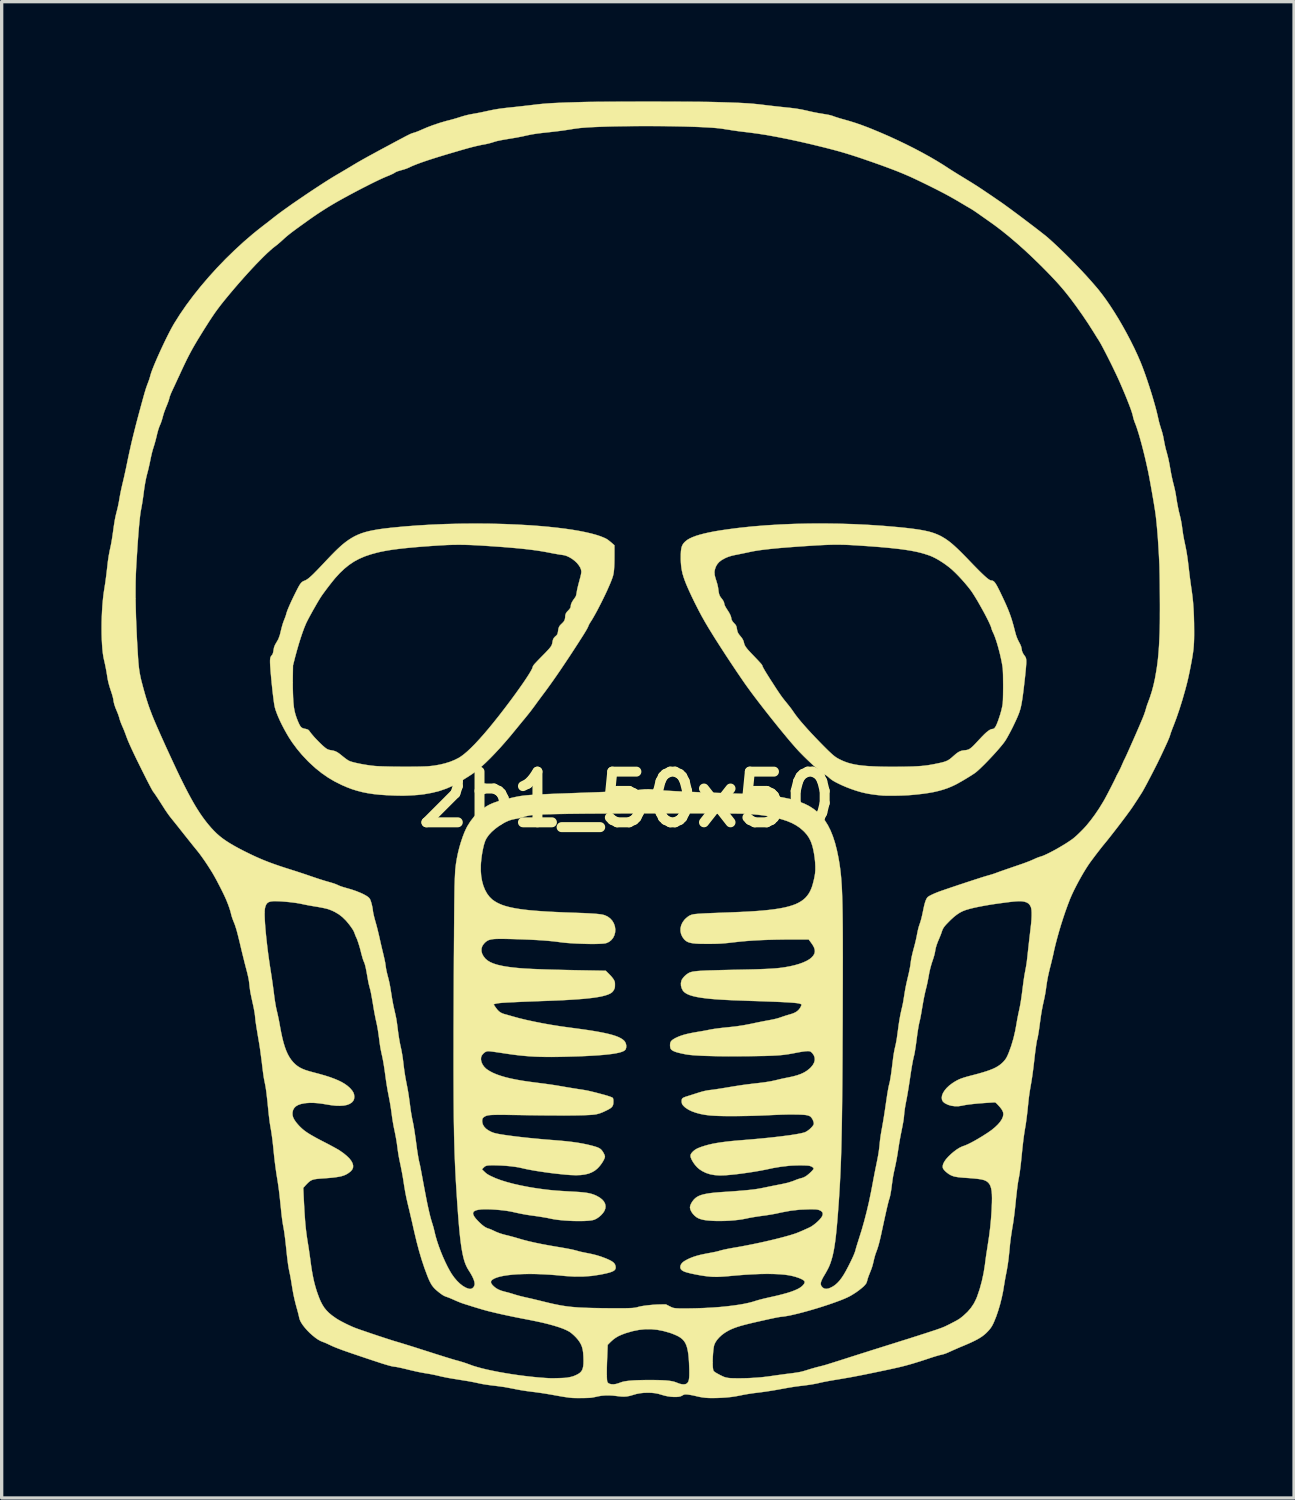
<source format=kicad_pcb>
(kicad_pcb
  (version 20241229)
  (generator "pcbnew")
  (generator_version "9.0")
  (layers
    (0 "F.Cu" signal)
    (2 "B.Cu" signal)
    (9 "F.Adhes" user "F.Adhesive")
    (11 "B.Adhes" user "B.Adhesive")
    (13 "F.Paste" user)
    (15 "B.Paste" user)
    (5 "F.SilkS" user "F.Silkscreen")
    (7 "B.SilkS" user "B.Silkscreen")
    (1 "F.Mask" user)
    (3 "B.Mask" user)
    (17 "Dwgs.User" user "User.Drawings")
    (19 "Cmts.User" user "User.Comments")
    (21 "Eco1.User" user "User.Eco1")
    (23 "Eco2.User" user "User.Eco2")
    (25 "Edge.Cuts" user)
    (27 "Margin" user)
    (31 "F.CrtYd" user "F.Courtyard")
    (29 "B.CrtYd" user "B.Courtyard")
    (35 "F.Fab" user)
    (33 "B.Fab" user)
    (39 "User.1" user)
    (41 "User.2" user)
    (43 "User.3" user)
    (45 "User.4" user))
  (footprint "2b1_50x50"
    (layer "F.Cu")
    (at 15.795 20.986)
    (property "Reference" "2b1_50x50" (at 0 0 0) (layer "F.SilkS") (effects (font (size 1.524 1.524) (thickness 0.3))))
    (attr through_hole)
    (fp_poly (pts (xy -4.13 -8.29) (xy -3.693 -8.279) (xy -3.264 -8.261) (xy -2.879 -8.239) (xy -2.601 -8.218) (xy -2.336 -8.194) (xy -2.086 -8.167) (xy -1.851 -8.138) (xy -1.631 -8.106) (xy -1.427 -8.071) (xy -1.241 -8.034) (xy -1.072 -7.995) (xy -0.922 -7.954) (xy -0.79 -7.911) (xy -0.679 -7.866) (xy -0.601 -7.827) (xy -0.572 -7.808) (xy -0.534 -7.779) (xy -0.491 -7.745) (xy -0.461 -7.72) (xy -0.37 -7.64) (xy -0.37 -7.33) (xy -0.371 -7.201) (xy -0.373 -7.091) (xy -0.377 -6.998) (xy -0.382 -6.918) (xy -0.389 -6.85) (xy -0.398 -6.79) (xy -0.409 -6.738) (xy -0.413 -6.723) (xy -0.433 -6.66) (xy -0.462 -6.581) (xy -0.499 -6.49) (xy -0.544 -6.387) (xy -0.593 -6.276) (xy -0.648 -6.159) (xy -0.706 -6.039) (xy -0.766 -5.918) (xy -0.827 -5.799) (xy -0.887 -5.683) (xy -0.946 -5.575) (xy -1.002 -5.476) (xy -1.054 -5.388) (xy -1.085 -5.341) (xy -1.11 -5.3) (xy -1.131 -5.264) (xy -1.145 -5.237) (xy -1.148 -5.228) (xy -1.157 -5.204) (xy -1.171 -5.174) (xy -1.19 -5.136) (xy -1.216 -5.09) (xy -1.25 -5.033) (xy -1.292 -4.964) (xy -1.344 -4.882) (xy -1.407 -4.784) (xy -1.437 -4.736) (xy -1.582 -4.512) (xy -1.724 -4.295) (xy -1.862 -4.088) (xy -1.995 -3.89) (xy -2.122 -3.705) (xy -2.243 -3.533) (xy -2.355 -3.376) (xy -2.458 -3.235) (xy -2.49 -3.193) (xy -2.537 -3.13) (xy -2.593 -3.055) (xy -2.652 -2.975) (xy -2.71 -2.896) (xy -2.762 -2.824) (xy -2.765 -2.82) (xy -2.816 -2.751) (xy -2.873 -2.675) (xy -2.931 -2.6) (xy -2.987 -2.53) (xy -3.035 -2.471) (xy -3.039 -2.466) (xy -3.083 -2.412) (xy -3.138 -2.347) (xy -3.197 -2.274) (xy -3.258 -2.2) (xy -3.317 -2.127) (xy -3.343 -2.096) (xy -3.503 -1.901) (xy -3.661 -1.717) (xy -3.815 -1.543) (xy -3.965 -1.382) (xy -4.109 -1.233) (xy -4.246 -1.099) (xy -4.375 -0.98) (xy -4.496 -0.877) (xy -4.598 -0.798) (xy -4.648 -0.763) (xy -4.712 -0.721) (xy -4.785 -0.674) (xy -4.865 -0.624) (xy -4.947 -0.573) (xy -5.027 -0.525) (xy -5.102 -0.481) (xy -5.168 -0.444) (xy -5.22 -0.416) (xy -5.227 -0.412) (xy -5.423 -0.326) (xy -5.63 -0.255) (xy -5.851 -0.199) (xy -6.086 -0.157) (xy -6.191 -0.144) (xy -6.238 -0.139) (xy -6.282 -0.134) (xy -6.328 -0.131) (xy -6.378 -0.127) (xy -6.437 -0.124) (xy -6.507 -0.12) (xy -6.591 -0.116) (xy -6.678 -0.113) (xy -6.712 -0.112) (xy -6.763 -0.112) (xy -6.826 -0.113) (xy -6.898 -0.114) (xy -6.973 -0.116) (xy -7.006 -0.117) (xy -7.227 -0.127) (xy -7.43 -0.141) (xy -7.618 -0.161) (xy -7.793 -0.188) (xy -7.957 -0.221) (xy -8.114 -0.262) (xy -8.267 -0.31) (xy -8.417 -0.367) (xy -8.567 -0.432) (xy -8.573 -0.435) (xy -8.785 -0.541) (xy -8.984 -0.659) (xy -9.174 -0.791) (xy -9.359 -0.939) (xy -9.54 -1.105) (xy -9.589 -1.153) (xy -9.76 -1.334) (xy -9.914 -1.518) (xy -10.055 -1.708) (xy -10.091 -1.762) (xy -10.163 -1.873) (xy -10.233 -1.992) (xy -10.301 -2.115) (xy -10.366 -2.24) (xy -10.426 -2.363) (xy -10.479 -2.481) (xy -10.523 -2.591) (xy -10.559 -2.69) (xy -10.583 -2.775) (xy -10.583 -2.777) (xy -10.592 -2.822) (xy -10.603 -2.886) (xy -10.614 -2.965) (xy -10.626 -3.058) (xy -10.639 -3.161) (xy -10.652 -3.272) (xy -10.664 -3.388) (xy -10.676 -3.502) (xy -10.042 -3.502) (xy -10.041 -3.344) (xy -10.037 -3.195) (xy -10.032 -3.059) (xy -10.025 -2.936) (xy -10.015 -2.83) (xy -10.006 -2.754) (xy -9.988 -2.657) (xy -9.965 -2.564) (xy -9.934 -2.468) (xy -9.894 -2.363) (xy -9.884 -2.34) (xy -9.853 -2.271) (xy -9.826 -2.219) (xy -9.799 -2.181) (xy -9.771 -2.156) (xy -9.739 -2.139) (xy -9.7 -2.128) (xy -9.697 -2.127) (xy -9.643 -2.116) (xy -9.605 -2.105) (xy -9.578 -2.092) (xy -9.557 -2.074) (xy -9.538 -2.049) (xy -9.531 -2.039) (xy -9.496 -1.992) (xy -9.449 -1.935) (xy -9.394 -1.871) (xy -9.332 -1.805) (xy -9.267 -1.738) (xy -9.203 -1.675) (xy -9.142 -1.617) (xy -9.087 -1.569) (xy -9.042 -1.534) (xy -9.033 -1.528) (xy -8.999 -1.508) (xy -8.964 -1.493) (xy -8.922 -1.483) (xy -8.881 -1.476) (xy -8.816 -1.464) (xy -8.759 -1.445) (xy -8.706 -1.419) (xy -8.649 -1.381) (xy -8.599 -1.342) (xy -8.53 -1.286) (xy -8.474 -1.242) (xy -8.428 -1.208) (xy -8.391 -1.183) (xy -8.36 -1.164) (xy -8.349 -1.159) (xy -8.309 -1.142) (xy -8.251 -1.124) (xy -8.178 -1.105) (xy -8.094 -1.086) (xy -8.002 -1.067) (xy -7.904 -1.049) (xy -7.805 -1.033) (xy -7.707 -1.019) (xy -7.613 -1.008) (xy -7.583 -1.005) (xy -7.518 -1) (xy -7.436 -0.996) (xy -7.337 -0.992) (xy -7.226 -0.989) (xy -7.105 -0.986) (xy -6.976 -0.984) (xy -6.844 -0.983) (xy -6.71 -0.982) (xy -6.577 -0.982) (xy -6.448 -0.983) (xy -6.326 -0.984) (xy -6.214 -0.986) (xy -6.114 -0.989) (xy -6.03 -0.992) (xy -5.971 -0.995) (xy -5.796 -1.014) (xy -5.625 -1.044) (xy -5.462 -1.083) (xy -5.309 -1.131) (xy -5.17 -1.188) (xy -5.046 -1.251) (xy -4.99 -1.287) (xy -4.9 -1.353) (xy -4.799 -1.438) (xy -4.69 -1.54) (xy -4.57 -1.66) (xy -4.442 -1.798) (xy -4.305 -1.952) (xy -4.159 -2.123) (xy -4.005 -2.311) (xy -3.843 -2.514) (xy -3.674 -2.733) (xy -3.544 -2.905) (xy -3.436 -3.05) (xy -3.335 -3.188) (xy -3.242 -3.318) (xy -3.156 -3.44) (xy -3.078 -3.553) (xy -3.01 -3.655) (xy -2.952 -3.745) (xy -2.904 -3.824) (xy -2.867 -3.888) (xy -2.842 -3.938) (xy -2.83 -3.973) (xy -2.826 -3.988) (xy -2.82 -4.004) (xy -2.809 -4.022) (xy -2.794 -4.044) (xy -2.772 -4.071) (xy -2.741 -4.104) (xy -2.701 -4.147) (xy -2.65 -4.2) (xy -2.587 -4.265) (xy -2.535 -4.318) (xy -2.461 -4.393) (xy -2.402 -4.455) (xy -2.354 -4.506) (xy -2.317 -4.549) (xy -2.289 -4.585) (xy -2.268 -4.617) (xy -2.254 -4.646) (xy -2.244 -4.676) (xy -2.237 -4.707) (xy -2.232 -4.737) (xy -2.218 -4.8) (xy -2.195 -4.849) (xy -2.159 -4.89) (xy -2.144 -4.903) (xy -2.111 -4.932) (xy -2.09 -4.961) (xy -2.076 -4.996) (xy -2.067 -5.044) (xy -2.064 -5.067) (xy -2.053 -5.134) (xy -2.035 -5.187) (xy -2.006 -5.232) (xy -1.964 -5.275) (xy -1.952 -5.285) (xy -1.899 -5.34) (xy -1.866 -5.396) (xy -1.853 -5.456) (xy -1.852 -5.47) (xy -1.847 -5.535) (xy -1.831 -5.588) (xy -1.8 -5.636) (xy -1.766 -5.672) (xy -1.724 -5.717) (xy -1.697 -5.756) (xy -1.685 -5.793) (xy -1.683 -5.816) (xy -1.675 -5.865) (xy -1.651 -5.923) (xy -1.613 -5.987) (xy -1.587 -6.024) (xy -1.56 -6.061) (xy -1.54 -6.091) (xy -1.527 -6.119) (xy -1.518 -6.151) (xy -1.51 -6.193) (xy -1.502 -6.239) (xy -1.493 -6.295) (xy -1.478 -6.362) (xy -1.458 -6.445) (xy -1.432 -6.543) (xy -1.403 -6.652) (xy -1.388 -6.708) (xy -1.376 -6.762) (xy -1.368 -6.809) (xy -1.364 -6.841) (xy -1.364 -6.843) (xy -1.373 -6.906) (xy -1.399 -6.973) (xy -1.442 -7.041) (xy -1.497 -7.109) (xy -1.565 -7.173) (xy -1.641 -7.231) (xy -1.715 -7.276) (xy -1.777 -7.306) (xy -1.83 -7.328) (xy -1.883 -7.342) (xy -1.944 -7.352) (xy -1.973 -7.356) (xy -2.011 -7.361) (xy -2.065 -7.37) (xy -2.132 -7.382) (xy -2.206 -7.395) (xy -2.284 -7.41) (xy -2.328 -7.419) (xy -2.45 -7.442) (xy -2.578 -7.464) (xy -2.714 -7.485) (xy -2.859 -7.504) (xy -3.014 -7.523) (xy -3.182 -7.541) (xy -3.363 -7.558) (xy -3.559 -7.575) (xy -3.772 -7.592) (xy -4.003 -7.608) (xy -4.254 -7.625) (xy -4.255 -7.625) (xy -4.425 -7.636) (xy -4.58 -7.644) (xy -4.723 -7.65) (xy -4.857 -7.654) (xy -4.985 -7.656) (xy -5.112 -7.656) (xy -5.24 -7.654) (xy -5.373 -7.65) (xy -5.515 -7.643) (xy -5.668 -7.634) (xy -5.837 -7.623) (xy -5.958 -7.614) (xy -6.179 -7.598) (xy -6.381 -7.581) (xy -6.564 -7.564) (xy -6.731 -7.547) (xy -6.884 -7.529) (xy -7.025 -7.511) (xy -7.154 -7.491) (xy -7.274 -7.47) (xy -7.386 -7.448) (xy -7.492 -7.424) (xy -7.493 -7.424) (xy -7.694 -7.369) (xy -7.877 -7.307) (xy -8.046 -7.234) (xy -8.203 -7.149) (xy -8.35 -7.05) (xy -8.491 -6.936) (xy -8.628 -6.806) (xy -8.764 -6.657) (xy -8.791 -6.625) (xy -8.838 -6.567) (xy -8.893 -6.498) (xy -8.953 -6.421) (xy -9.014 -6.341) (xy -9.072 -6.263) (xy -9.125 -6.191) (xy -9.169 -6.13) (xy -9.178 -6.116) (xy -9.207 -6.072) (xy -9.244 -6.012) (xy -9.287 -5.941) (xy -9.334 -5.86) (xy -9.383 -5.774) (xy -9.434 -5.685) (xy -9.483 -5.596) (xy -9.529 -5.512) (xy -9.571 -5.434) (xy -9.606 -5.366) (xy -9.633 -5.311) (xy -9.644 -5.288) (xy -9.697 -5.16) (xy -9.751 -5.013) (xy -9.807 -4.848) (xy -9.863 -4.668) (xy -9.919 -4.474) (xy -9.975 -4.268) (xy -9.982 -4.239) (xy -10.036 -4.027) (xy -10.041 -3.666) (xy -10.042 -3.502) (xy -10.676 -3.502) (xy -10.676 -3.506) (xy -10.688 -3.624) (xy -10.698 -3.739) (xy -10.708 -3.848) (xy -10.715 -3.949) (xy -10.72 -4.016) (xy -10.724 -4.101) (xy -10.725 -4.167) (xy -10.722 -4.218) (xy -10.716 -4.257) (xy -10.705 -4.288) (xy -10.69 -4.312) (xy -10.682 -4.321) (xy -10.656 -4.354) (xy -10.638 -4.395) (xy -10.626 -4.448) (xy -10.62 -4.487) (xy -10.604 -4.572) (xy -10.574 -4.648) (xy -10.536 -4.713) (xy -10.477 -4.816) (xy -10.434 -4.931) (xy -10.419 -4.988) (xy -10.396 -5.084) (xy -10.376 -5.164) (xy -10.357 -5.232) (xy -10.339 -5.292) (xy -10.319 -5.349) (xy -10.298 -5.403) (xy -10.278 -5.454) (xy -10.26 -5.502) (xy -10.247 -5.541) (xy -10.24 -5.566) (xy -10.24 -5.567) (xy -10.227 -5.614) (xy -10.205 -5.677) (xy -10.174 -5.755) (xy -10.133 -5.849) (xy -10.083 -5.96) (xy -10.022 -6.088) (xy -9.963 -6.207) (xy -9.918 -6.297) (xy -9.88 -6.37) (xy -9.848 -6.428) (xy -9.819 -6.473) (xy -9.792 -6.508) (xy -9.767 -6.533) (xy -9.74 -6.552) (xy -9.711 -6.567) (xy -9.694 -6.573) (xy -9.664 -6.585) (xy -9.634 -6.601) (xy -9.602 -6.622) (xy -9.566 -6.648) (xy -9.526 -6.682) (xy -9.479 -6.724) (xy -9.425 -6.775) (xy -9.363 -6.838) (xy -9.291 -6.911) (xy -9.208 -6.998) (xy -9.112 -7.099) (xy -9.07 -7.144) (xy -8.961 -7.259) (xy -8.864 -7.36) (xy -8.777 -7.448) (xy -8.699 -7.524) (xy -8.627 -7.591) (xy -8.561 -7.65) (xy -8.498 -7.702) (xy -8.437 -7.749) (xy -8.376 -7.793) (xy -8.351 -7.81) (xy -8.262 -7.866) (xy -8.172 -7.916) (xy -8.077 -7.96) (xy -7.976 -8) (xy -7.867 -8.035) (xy -7.747 -8.066) (xy -7.615 -8.093) (xy -7.468 -8.119) (xy -7.304 -8.142) (xy -7.122 -8.163) (xy -7.111 -8.165) (xy -6.718 -8.203) (xy -6.308 -8.235) (xy -5.885 -8.26) (xy -5.452 -8.278) (xy -5.013 -8.289) (xy -4.571 -8.293) (xy -4.13 -8.29)) (stroke (width 0.01) (type solid)) (fill yes) (layer "F.SilkS"))
    (fp_poly (pts (xy 6.381 -8.289) (xy 6.834 -8.275) (xy 7.285 -8.253) (xy 7.73 -8.223) (xy 8.168 -8.185) (xy 8.218 -8.18) (xy 8.403 -8.161) (xy 8.57 -8.141) (xy 8.718 -8.121) (xy 8.851 -8.1) (xy 8.97 -8.077) (xy 9.078 -8.053) (xy 9.175 -8.026) (xy 9.263 -7.996) (xy 9.345 -7.963) (xy 9.423 -7.927) (xy 9.497 -7.886) (xy 9.514 -7.876) (xy 9.58 -7.836) (xy 9.645 -7.791) (xy 9.711 -7.742) (xy 9.781 -7.685) (xy 9.854 -7.621) (xy 9.934 -7.547) (xy 10.022 -7.462) (xy 10.119 -7.365) (xy 10.228 -7.254) (xy 10.298 -7.181) (xy 10.413 -7.061) (xy 10.515 -6.957) (xy 10.604 -6.867) (xy 10.682 -6.791) (xy 10.749 -6.728) (xy 10.806 -6.677) (xy 10.853 -6.638) (xy 10.892 -6.61) (xy 10.924 -6.592) (xy 10.948 -6.584) (xy 10.957 -6.583) (xy 10.986 -6.58) (xy 11.012 -6.57) (xy 11.039 -6.552) (xy 11.066 -6.523) (xy 11.095 -6.482) (xy 11.128 -6.428) (xy 11.165 -6.358) (xy 11.209 -6.271) (xy 11.23 -6.228) (xy 11.3 -6.081) (xy 11.361 -5.95) (xy 11.415 -5.831) (xy 11.461 -5.722) (xy 11.502 -5.619) (xy 11.538 -5.52) (xy 11.571 -5.422) (xy 11.601 -5.322) (xy 11.631 -5.217) (xy 11.658 -5.112) (xy 11.68 -5.028) (xy 11.699 -4.959) (xy 11.717 -4.902) (xy 11.737 -4.85) (xy 11.759 -4.799) (xy 11.786 -4.745) (xy 11.82 -4.682) (xy 11.826 -4.671) (xy 11.858 -4.596) (xy 11.869 -4.544) (xy 11.885 -4.459) (xy 11.916 -4.387) (xy 11.944 -4.345) (xy 11.974 -4.303) (xy 11.995 -4.268) (xy 12.006 -4.233) (xy 12.012 -4.192) (xy 12.013 -4.139) (xy 12.013 -4.124) (xy 12.012 -4.088) (xy 12.008 -4.034) (xy 12.003 -3.966) (xy 11.996 -3.886) (xy 11.987 -3.799) (xy 11.978 -3.707) (xy 11.97 -3.635) (xy 11.952 -3.477) (xy 11.936 -3.339) (xy 11.921 -3.217) (xy 11.907 -3.112) (xy 11.894 -3.02) (xy 11.881 -2.94) (xy 11.869 -2.87) (xy 11.856 -2.808) (xy 11.844 -2.753) (xy 11.83 -2.703) (xy 11.815 -2.655) (xy 11.804 -2.62) (xy 11.777 -2.549) (xy 11.742 -2.465) (xy 11.7 -2.372) (xy 11.653 -2.272) (xy 11.604 -2.17) (xy 11.553 -2.07) (xy 11.502 -1.974) (xy 11.454 -1.886) (xy 11.41 -1.81) (xy 11.372 -1.75) (xy 11.365 -1.741) (xy 11.319 -1.678) (xy 11.259 -1.604) (xy 11.189 -1.521) (xy 11.11 -1.431) (xy 11.025 -1.337) (xy 10.937 -1.243) (xy 10.848 -1.149) (xy 10.76 -1.059) (xy 10.675 -0.976) (xy 10.597 -0.902) (xy 10.528 -0.84) (xy 10.501 -0.818) (xy 10.47 -0.794) (xy 10.424 -0.763) (xy 10.366 -0.725) (xy 10.299 -0.683) (xy 10.226 -0.638) (xy 10.151 -0.593) (xy 10.076 -0.549) (xy 10.005 -0.509) (xy 9.942 -0.473) (xy 9.888 -0.445) (xy 9.885 -0.443) (xy 9.765 -0.387) (xy 9.643 -0.337) (xy 9.516 -0.294) (xy 9.381 -0.256) (xy 9.236 -0.222) (xy 9.08 -0.194) (xy 8.909 -0.169) (xy 8.722 -0.148) (xy 8.551 -0.132) (xy 8.472 -0.126) (xy 8.38 -0.121) (xy 8.281 -0.117) (xy 8.177 -0.114) (xy 8.073 -0.112) (xy 7.972 -0.111) (xy 7.879 -0.111) (xy 7.796 -0.112) (xy 7.727 -0.114) (xy 7.689 -0.116) (xy 7.537 -0.131) (xy 7.402 -0.148) (xy 7.279 -0.167) (xy 7.164 -0.19) (xy 7.053 -0.216) (xy 6.94 -0.249) (xy 6.863 -0.273) (xy 6.728 -0.32) (xy 6.604 -0.368) (xy 6.482 -0.42) (xy 6.397 -0.46) (xy 6.31 -0.503) (xy 6.239 -0.541) (xy 6.18 -0.577) (xy 6.13 -0.614) (xy 6.084 -0.653) (xy 6.076 -0.661) (xy 6.039 -0.693) (xy 6 -0.721) (xy 5.968 -0.74) (xy 5.93 -0.762) (xy 5.879 -0.798) (xy 5.817 -0.846) (xy 5.746 -0.905) (xy 5.669 -0.972) (xy 5.586 -1.046) (xy 5.501 -1.125) (xy 5.414 -1.208) (xy 5.328 -1.292) (xy 5.244 -1.377) (xy 5.165 -1.459) (xy 5.092 -1.539) (xy 5.091 -1.54) (xy 5.004 -1.64) (xy 4.905 -1.754) (xy 4.799 -1.881) (xy 4.685 -2.019) (xy 4.566 -2.164) (xy 4.444 -2.316) (xy 4.32 -2.471) (xy 4.197 -2.627) (xy 4.075 -2.783) (xy 3.958 -2.935) (xy 3.846 -3.082) (xy 3.742 -3.221) (xy 3.66 -3.333) (xy 3.585 -3.437) (xy 3.501 -3.557) (xy 3.409 -3.692) (xy 3.31 -3.837) (xy 3.206 -3.993) (xy 3.098 -4.155) (xy 2.988 -4.322) (xy 2.877 -4.493) (xy 2.767 -4.664) (xy 2.659 -4.833) (xy 2.581 -4.958) (xy 2.462 -5.151) (xy 2.354 -5.334) (xy 2.253 -5.513) (xy 2.157 -5.694) (xy 2.061 -5.883) (xy 2.034 -5.937) (xy 1.957 -6.096) (xy 1.891 -6.238) (xy 1.833 -6.366) (xy 1.784 -6.482) (xy 1.743 -6.587) (xy 1.709 -6.685) (xy 1.682 -6.777) (xy 1.677 -6.8) (xy 2.638 -6.8) (xy 2.644 -6.747) (xy 2.658 -6.686) (xy 2.68 -6.611) (xy 2.692 -6.576) (xy 2.724 -6.468) (xy 2.745 -6.374) (xy 2.752 -6.322) (xy 2.762 -6.247) (xy 2.773 -6.188) (xy 2.788 -6.142) (xy 2.807 -6.103) (xy 2.832 -6.066) (xy 2.843 -6.053) (xy 2.884 -5.999) (xy 2.914 -5.948) (xy 2.929 -5.904) (xy 2.931 -5.886) (xy 2.939 -5.854) (xy 2.959 -5.807) (xy 2.992 -5.749) (xy 3.037 -5.679) (xy 3.038 -5.678) (xy 3.077 -5.616) (xy 3.109 -5.555) (xy 3.131 -5.502) (xy 3.142 -5.458) (xy 3.143 -5.447) (xy 3.152 -5.404) (xy 3.178 -5.356) (xy 3.217 -5.308) (xy 3.228 -5.297) (xy 3.263 -5.26) (xy 3.286 -5.226) (xy 3.301 -5.186) (xy 3.311 -5.134) (xy 3.313 -5.122) (xy 3.324 -5.064) (xy 3.341 -5.016) (xy 3.368 -4.969) (xy 3.408 -4.919) (xy 3.418 -4.907) (xy 3.465 -4.848) (xy 3.497 -4.793) (xy 3.518 -4.737) (xy 3.525 -4.707) (xy 3.534 -4.67) (xy 3.55 -4.632) (xy 3.573 -4.592) (xy 3.606 -4.546) (xy 3.649 -4.494) (xy 3.706 -4.432) (xy 3.768 -4.366) (xy 3.85 -4.281) (xy 3.918 -4.21) (xy 3.972 -4.152) (xy 4.014 -4.106) (xy 4.045 -4.071) (xy 4.064 -4.046) (xy 4.073 -4.031) (xy 4.075 -4.026) (xy 4.08 -4.007) (xy 4.095 -3.974) (xy 4.121 -3.925) (xy 4.158 -3.862) (xy 4.206 -3.783) (xy 4.266 -3.687) (xy 4.337 -3.575) (xy 4.359 -3.542) (xy 4.426 -3.438) (xy 4.483 -3.349) (xy 4.532 -3.275) (xy 4.575 -3.211) (xy 4.612 -3.157) (xy 4.645 -3.11) (xy 4.676 -3.067) (xy 4.707 -3.027) (xy 4.738 -2.987) (xy 4.772 -2.945) (xy 4.779 -2.937) (xy 4.84 -2.861) (xy 4.891 -2.797) (xy 4.936 -2.739) (xy 4.977 -2.682) (xy 5.019 -2.622) (xy 5.036 -2.597) (xy 5.09 -2.522) (xy 5.159 -2.434) (xy 5.241 -2.334) (xy 5.335 -2.226) (xy 5.439 -2.109) (xy 5.552 -1.986) (xy 5.673 -1.858) (xy 5.8 -1.726) (xy 5.916 -1.608) (xy 5.997 -1.527) (xy 6.066 -1.459) (xy 6.125 -1.404) (xy 6.175 -1.358) (xy 6.219 -1.32) (xy 6.259 -1.289) (xy 6.297 -1.262) (xy 6.335 -1.239) (xy 6.376 -1.216) (xy 6.399 -1.204) (xy 6.487 -1.162) (xy 6.576 -1.126) (xy 6.67 -1.094) (xy 6.769 -1.068) (xy 6.876 -1.045) (xy 6.993 -1.027) (xy 7.123 -1.012) (xy 7.267 -1) (xy 7.427 -0.992) (xy 7.606 -0.985) (xy 7.636 -0.984) (xy 7.762 -0.982) (xy 7.898 -0.98) (xy 8.039 -0.98) (xy 8.181 -0.981) (xy 8.321 -0.982) (xy 8.455 -0.985) (xy 8.577 -0.988) (xy 8.685 -0.993) (xy 8.742 -0.996) (xy 8.854 -1.004) (xy 8.954 -1.014) (xy 9.051 -1.026) (xy 9.152 -1.043) (xy 9.265 -1.064) (xy 9.287 -1.069) (xy 9.385 -1.089) (xy 9.466 -1.107) (xy 9.532 -1.125) (xy 9.587 -1.143) (xy 9.635 -1.163) (xy 9.678 -1.187) (xy 9.72 -1.216) (xy 9.764 -1.251) (xy 9.813 -1.294) (xy 9.823 -1.303) (xy 9.89 -1.361) (xy 9.946 -1.404) (xy 9.997 -1.435) (xy 10.047 -1.456) (xy 10.099 -1.469) (xy 10.155 -1.476) (xy 10.196 -1.48) (xy 10.233 -1.487) (xy 10.267 -1.497) (xy 10.301 -1.513) (xy 10.335 -1.536) (xy 10.374 -1.567) (xy 10.418 -1.608) (xy 10.47 -1.661) (xy 10.532 -1.727) (xy 10.593 -1.793) (xy 10.679 -1.884) (xy 10.753 -1.959) (xy 10.817 -2.018) (xy 10.873 -2.062) (xy 10.921 -2.093) (xy 10.962 -2.111) (xy 10.998 -2.117) (xy 11 -2.117) (xy 11.025 -2.121) (xy 11.05 -2.136) (xy 11.074 -2.164) (xy 11.099 -2.205) (xy 11.126 -2.262) (xy 11.156 -2.337) (xy 11.182 -2.41) (xy 11.229 -2.552) (xy 11.266 -2.684) (xy 11.293 -2.805) (xy 11.305 -2.884) (xy 11.308 -2.927) (xy 11.312 -2.989) (xy 11.314 -3.065) (xy 11.316 -3.153) (xy 11.317 -3.249) (xy 11.318 -3.351) (xy 11.318 -3.454) (xy 11.317 -3.556) (xy 11.316 -3.654) (xy 11.315 -3.744) (xy 11.312 -3.823) (xy 11.309 -3.888) (xy 11.306 -3.936) (xy 11.305 -3.942) (xy 11.292 -4.033) (xy 11.274 -4.135) (xy 11.251 -4.245) (xy 11.225 -4.36) (xy 11.195 -4.477) (xy 11.164 -4.592) (xy 11.132 -4.702) (xy 11.099 -4.804) (xy 11.067 -4.894) (xy 11.037 -4.97) (xy 11.013 -5.021) (xy 10.992 -5.066) (xy 10.974 -5.114) (xy 10.964 -5.149) (xy 10.953 -5.187) (xy 10.931 -5.24) (xy 10.901 -5.307) (xy 10.864 -5.385) (xy 10.82 -5.472) (xy 10.772 -5.565) (xy 10.719 -5.663) (xy 10.664 -5.762) (xy 10.608 -5.861) (xy 10.553 -5.958) (xy 10.498 -6.049) (xy 10.446 -6.134) (xy 10.398 -6.209) (xy 10.355 -6.272) (xy 10.34 -6.292) (xy 10.262 -6.392) (xy 10.173 -6.499) (xy 10.077 -6.608) (xy 9.978 -6.715) (xy 9.88 -6.814) (xy 9.789 -6.9) (xy 9.774 -6.914) (xy 9.687 -6.986) (xy 9.59 -7.059) (xy 9.488 -7.129) (xy 9.385 -7.194) (xy 9.284 -7.251) (xy 9.19 -7.297) (xy 9.114 -7.329) (xy 9.025 -7.359) (xy 8.935 -7.388) (xy 8.842 -7.414) (xy 8.744 -7.438) (xy 8.64 -7.46) (xy 8.529 -7.481) (xy 8.409 -7.5) (xy 8.279 -7.519) (xy 8.138 -7.536) (xy 7.983 -7.553) (xy 7.814 -7.57) (xy 7.629 -7.586) (xy 7.427 -7.602) (xy 7.206 -7.618) (xy 7.027 -7.63) (xy 6.891 -7.639) (xy 6.767 -7.646) (xy 6.651 -7.652) (xy 6.541 -7.656) (xy 6.435 -7.658) (xy 6.33 -7.659) (xy 6.223 -7.659) (xy 6.111 -7.656) (xy 5.993 -7.652) (xy 5.865 -7.646) (xy 5.725 -7.639) (xy 5.569 -7.629) (xy 5.397 -7.618) (xy 5.334 -7.614) (xy 5.09 -7.597) (xy 4.867 -7.58) (xy 4.662 -7.564) (xy 4.477 -7.547) (xy 4.309 -7.53) (xy 4.158 -7.513) (xy 4.023 -7.496) (xy 3.903 -7.478) (xy 3.797 -7.46) (xy 3.706 -7.441) (xy 3.628 -7.424) (xy 3.541 -7.406) (xy 3.454 -7.388) (xy 3.375 -7.372) (xy 3.347 -7.366) (xy 3.254 -7.348) (xy 3.177 -7.331) (xy 3.113 -7.313) (xy 3.056 -7.295) (xy 3.004 -7.274) (xy 2.95 -7.25) (xy 2.946 -7.247) (xy 2.854 -7.196) (xy 2.781 -7.14) (xy 2.725 -7.077) (xy 2.683 -7.005) (xy 2.66 -6.945) (xy 2.646 -6.894) (xy 2.639 -6.847) (xy 2.638 -6.8) (xy 1.677 -6.8) (xy 1.661 -6.865) (xy 1.646 -6.951) (xy 1.635 -7.038) (xy 1.628 -7.127) (xy 1.625 -7.22) (xy 1.625 -7.271) (xy 1.626 -7.375) (xy 1.63 -7.461) (xy 1.639 -7.532) (xy 1.652 -7.591) (xy 1.672 -7.641) (xy 1.697 -7.685) (xy 1.731 -7.725) (xy 1.763 -7.756) (xy 1.819 -7.801) (xy 1.89 -7.843) (xy 1.975 -7.883) (xy 2.075 -7.921) (xy 2.192 -7.957) (xy 2.325 -7.992) (xy 2.476 -8.026) (xy 2.645 -8.059) (xy 2.832 -8.09) (xy 3.039 -8.12) (xy 3.266 -8.15) (xy 3.381 -8.164) (xy 3.773 -8.206) (xy 4.181 -8.239) (xy 4.604 -8.265) (xy 5.038 -8.283) (xy 5.481 -8.293) (xy 5.929 -8.295) (xy 6.381 -8.289)) (stroke (width 0.01) (type solid)) (fill yes) (layer "F.SilkS"))
    (fp_poly (pts (xy 0.857 -20.981) (xy 1.061 -20.98) (xy 1.262 -20.98) (xy 1.457 -20.979) (xy 1.645 -20.978) (xy 1.824 -20.977) (xy 1.992 -20.976) (xy 2.148 -20.975) (xy 2.29 -20.973) (xy 2.416 -20.972) (xy 2.524 -20.97) (xy 2.609 -20.968) (xy 2.792 -20.963) (xy 2.955 -20.958) (xy 3.102 -20.953) (xy 3.233 -20.948) (xy 3.351 -20.944) (xy 3.457 -20.939) (xy 3.555 -20.933) (xy 3.645 -20.928) (xy 3.729 -20.922) (xy 3.81 -20.915) (xy 3.89 -20.907) (xy 3.97 -20.899) (xy 4.053 -20.889) (xy 4.122 -20.881) (xy 4.209 -20.87) (xy 4.304 -20.859) (xy 4.399 -20.848) (xy 4.488 -20.838) (xy 4.565 -20.83) (xy 4.577 -20.828) (xy 4.654 -20.82) (xy 4.738 -20.811) (xy 4.819 -20.802) (xy 4.892 -20.795) (xy 4.93 -20.791) (xy 5.095 -20.77) (xy 5.249 -20.744) (xy 5.403 -20.711) (xy 5.466 -20.696) (xy 5.535 -20.68) (xy 5.615 -20.663) (xy 5.697 -20.647) (xy 5.771 -20.633) (xy 5.779 -20.632) (xy 5.875 -20.616) (xy 5.953 -20.603) (xy 6.015 -20.592) (xy 6.066 -20.583) (xy 6.106 -20.574) (xy 6.14 -20.565) (xy 6.17 -20.556) (xy 6.199 -20.547) (xy 6.226 -20.536) (xy 6.267 -20.522) (xy 6.323 -20.504) (xy 6.389 -20.483) (xy 6.461 -20.462) (xy 6.533 -20.442) (xy 6.537 -20.441) (xy 6.715 -20.39) (xy 6.893 -20.334) (xy 7.076 -20.27) (xy 7.269 -20.197) (xy 7.371 -20.156) (xy 7.626 -20.05) (xy 7.884 -19.938) (xy 8.14 -19.82) (xy 8.393 -19.699) (xy 8.64 -19.575) (xy 8.878 -19.449) (xy 9.105 -19.324) (xy 9.318 -19.2) (xy 9.515 -19.079) (xy 9.646 -18.994) (xy 9.688 -18.966) (xy 9.745 -18.93) (xy 9.813 -18.887) (xy 9.887 -18.841) (xy 9.965 -18.792) (xy 10.043 -18.745) (xy 10.054 -18.738) (xy 10.149 -18.68) (xy 10.233 -18.628) (xy 10.31 -18.581) (xy 10.38 -18.538) (xy 10.446 -18.496) (xy 10.51 -18.456) (xy 10.574 -18.414) (xy 10.64 -18.371) (xy 10.711 -18.324) (xy 10.787 -18.272) (xy 10.872 -18.215) (xy 10.968 -18.15) (xy 11.076 -18.076) (xy 11.198 -17.992) (xy 11.25 -17.957) (xy 11.304 -17.919) (xy 11.371 -17.871) (xy 11.449 -17.814) (xy 11.536 -17.751) (xy 11.63 -17.681) (xy 11.73 -17.607) (xy 11.833 -17.53) (xy 11.938 -17.451) (xy 12.043 -17.371) (xy 12.146 -17.293) (xy 12.245 -17.218) (xy 12.338 -17.146) (xy 12.424 -17.08) (xy 12.5 -17.02) (xy 12.565 -16.969) (xy 12.617 -16.927) (xy 12.654 -16.896) (xy 12.657 -16.894) (xy 12.814 -16.753) (xy 12.979 -16.599) (xy 13.15 -16.434) (xy 13.324 -16.262) (xy 13.497 -16.085) (xy 13.667 -15.907) (xy 13.83 -15.731) (xy 13.983 -15.56) (xy 14.124 -15.397) (xy 14.167 -15.346) (xy 14.286 -15.195) (xy 14.41 -15.027) (xy 14.536 -14.843) (xy 14.663 -14.647) (xy 14.79 -14.441) (xy 14.914 -14.227) (xy 15.035 -14.008) (xy 15.151 -13.787) (xy 15.261 -13.566) (xy 15.362 -13.348) (xy 15.443 -13.161) (xy 15.491 -13.042) (xy 15.541 -12.909) (xy 15.594 -12.763) (xy 15.647 -12.609) (xy 15.7 -12.449) (xy 15.752 -12.287) (xy 15.802 -12.125) (xy 15.848 -11.968) (xy 15.891 -11.817) (xy 15.928 -11.677) (xy 15.959 -11.55) (xy 15.981 -11.451) (xy 15.997 -11.38) (xy 16.018 -11.299) (xy 16.042 -11.218) (xy 16.064 -11.147) (xy 16.065 -11.144) (xy 16.099 -11.036) (xy 16.127 -10.925) (xy 16.15 -10.806) (xy 16.163 -10.737) (xy 16.177 -10.667) (xy 16.191 -10.603) (xy 16.203 -10.549) (xy 16.21 -10.525) (xy 16.238 -10.424) (xy 16.261 -10.336) (xy 16.281 -10.256) (xy 16.298 -10.177) (xy 16.315 -10.093) (xy 16.332 -9.998) (xy 16.34 -9.952) (xy 16.354 -9.872) (xy 16.369 -9.792) (xy 16.384 -9.715) (xy 16.399 -9.648) (xy 16.411 -9.594) (xy 16.415 -9.576) (xy 16.44 -9.478) (xy 16.461 -9.395) (xy 16.478 -9.322) (xy 16.492 -9.255) (xy 16.505 -9.188) (xy 16.517 -9.116) (xy 16.529 -9.035) (xy 16.531 -9.022) (xy 16.545 -8.94) (xy 16.561 -8.851) (xy 16.579 -8.761) (xy 16.596 -8.678) (xy 16.61 -8.62) (xy 16.635 -8.52) (xy 16.655 -8.434) (xy 16.671 -8.353) (xy 16.685 -8.272) (xy 16.698 -8.182) (xy 16.705 -8.128) (xy 16.717 -8.045) (xy 16.728 -7.968) (xy 16.742 -7.891) (xy 16.757 -7.809) (xy 16.777 -7.716) (xy 16.79 -7.652) (xy 16.814 -7.535) (xy 16.836 -7.415) (xy 16.856 -7.287) (xy 16.875 -7.146) (xy 16.891 -7.011) (xy 16.911 -6.839) (xy 16.93 -6.683) (xy 16.949 -6.54) (xy 16.968 -6.404) (xy 16.986 -6.281) (xy 17.009 -6.108) (xy 17.028 -5.926) (xy 17.042 -5.731) (xy 17.052 -5.521) (xy 17.058 -5.295) (xy 17.06 -5.066) (xy 17.06 -4.932) (xy 17.058 -4.815) (xy 17.054 -4.71) (xy 17.048 -4.613) (xy 17.04 -4.519) (xy 17.028 -4.425) (xy 17.013 -4.325) (xy 16.995 -4.216) (xy 16.975 -4.107) (xy 16.947 -3.961) (xy 16.921 -3.831) (xy 16.896 -3.714) (xy 16.872 -3.606) (xy 16.847 -3.502) (xy 16.82 -3.398) (xy 16.791 -3.29) (xy 16.789 -3.282) (xy 16.706 -2.991) (xy 16.619 -2.714) (xy 16.53 -2.453) (xy 16.439 -2.212) (xy 16.431 -2.193) (xy 16.406 -2.13) (xy 16.384 -2.069) (xy 16.364 -2.016) (xy 16.35 -1.975) (xy 16.342 -1.949) (xy 16.342 -1.947) (xy 16.332 -1.915) (xy 16.316 -1.869) (xy 16.291 -1.809) (xy 16.259 -1.734) (xy 16.218 -1.644) (xy 16.169 -1.537) (xy 16.111 -1.413) (xy 16.044 -1.271) (xy 16.007 -1.196) (xy 15.976 -1.131) (xy 15.938 -1.054) (xy 15.895 -0.97) (xy 15.849 -0.879) (xy 15.801 -0.786) (xy 15.752 -0.691) (xy 15.703 -0.598) (xy 15.657 -0.509) (xy 15.613 -0.427) (xy 15.574 -0.355) (xy 15.54 -0.294) (xy 15.514 -0.247) (xy 15.498 -0.22) (xy 15.451 -0.145) (xy 15.4 -0.066) (xy 15.349 0.014) (xy 15.298 0.091) (xy 15.251 0.163) (xy 15.21 0.225) (xy 15.175 0.275) (xy 15.157 0.302) (xy 15.088 0.396) (xy 15.012 0.5) (xy 14.929 0.61) (xy 14.843 0.724) (xy 14.756 0.838) (xy 14.669 0.95) (xy 14.586 1.057) (xy 14.508 1.156) (xy 14.438 1.244) (xy 14.377 1.318) (xy 14.373 1.323) (xy 14.325 1.381) (xy 14.27 1.45) (xy 14.211 1.526) (xy 14.149 1.606) (xy 14.087 1.687) (xy 14.028 1.766) (xy 13.974 1.838) (xy 13.928 1.901) (xy 13.893 1.952) (xy 13.888 1.958) (xy 13.814 2.072) (xy 13.736 2.199) (xy 13.658 2.334) (xy 13.581 2.473) (xy 13.508 2.612) (xy 13.44 2.747) (xy 13.381 2.873) (xy 13.331 2.988) (xy 13.324 3.006) (xy 13.257 3.181) (xy 13.189 3.369) (xy 13.123 3.565) (xy 13.059 3.765) (xy 12.999 3.966) (xy 12.944 4.162) (xy 12.895 4.349) (xy 12.853 4.524) (xy 12.837 4.6) (xy 12.824 4.66) (xy 12.807 4.735) (xy 12.787 4.818) (xy 12.767 4.902) (xy 12.747 4.982) (xy 12.746 4.985) (xy 12.714 5.111) (xy 12.688 5.222) (xy 12.666 5.321) (xy 12.648 5.414) (xy 12.633 5.504) (xy 12.619 5.597) (xy 12.615 5.624) (xy 12.6 5.735) (xy 12.585 5.831) (xy 12.568 5.92) (xy 12.55 6.008) (xy 12.535 6.075) (xy 12.508 6.197) (xy 12.482 6.332) (xy 12.457 6.482) (xy 12.433 6.651) (xy 12.424 6.715) (xy 12.41 6.821) (xy 12.396 6.92) (xy 12.382 7.009) (xy 12.369 7.086) (xy 12.358 7.149) (xy 12.348 7.196) (xy 12.34 7.223) (xy 12.333 7.248) (xy 12.325 7.293) (xy 12.315 7.355) (xy 12.304 7.432) (xy 12.291 7.523) (xy 12.278 7.626) (xy 12.264 7.74) (xy 12.256 7.815) (xy 12.239 7.96) (xy 12.224 8.086) (xy 12.209 8.199) (xy 12.195 8.302) (xy 12.181 8.398) (xy 12.166 8.491) (xy 12.15 8.583) (xy 12.131 8.693) (xy 12.115 8.79) (xy 12.102 8.88) (xy 12.09 8.971) (xy 12.079 9.068) (xy 12.068 9.178) (xy 12.065 9.202) (xy 12.049 9.363) (xy 12.031 9.514) (xy 12.013 9.653) (xy 11.996 9.777) (xy 11.98 9.869) (xy 11.966 9.953) (xy 11.952 10.043) (xy 11.938 10.141) (xy 11.924 10.248) (xy 11.91 10.368) (xy 11.895 10.502) (xy 11.88 10.652) (xy 11.864 10.811) (xy 11.852 10.926) (xy 11.839 11.036) (xy 11.826 11.14) (xy 11.814 11.233) (xy 11.801 11.312) (xy 11.79 11.375) (xy 11.784 11.403) (xy 11.773 11.459) (xy 11.761 11.533) (xy 11.748 11.625) (xy 11.735 11.733) (xy 11.721 11.854) (xy 11.706 11.986) (xy 11.7 12.049) (xy 11.681 12.234) (xy 11.663 12.399) (xy 11.645 12.544) (xy 11.628 12.667) (xy 11.613 12.77) (xy 11.609 12.79) (xy 11.593 12.882) (xy 11.578 12.981) (xy 11.562 13.081) (xy 11.549 13.176) (xy 11.537 13.263) (xy 11.529 13.335) (xy 11.526 13.356) (xy 11.521 13.407) (xy 11.515 13.472) (xy 11.508 13.544) (xy 11.501 13.616) (xy 11.498 13.642) (xy 11.479 13.819) (xy 11.456 13.986) (xy 11.428 14.154) (xy 11.405 14.272) (xy 11.39 14.347) (xy 11.375 14.431) (xy 11.361 14.514) (xy 11.349 14.588) (xy 11.345 14.61) (xy 11.314 14.799) (xy 11.273 14.992) (xy 11.225 15.184) (xy 11.17 15.369) (xy 11.111 15.543) (xy 11.05 15.694) (xy 11.014 15.774) (xy 10.979 15.839) (xy 10.941 15.897) (xy 10.895 15.954) (xy 10.849 16.004) (xy 10.797 16.056) (xy 10.742 16.103) (xy 10.682 16.149) (xy 10.614 16.193) (xy 10.537 16.238) (xy 10.447 16.284) (xy 10.344 16.333) (xy 10.224 16.386) (xy 10.118 16.431) (xy 10.042 16.462) (xy 9.958 16.498) (xy 9.874 16.535) (xy 9.796 16.569) (xy 9.753 16.589) (xy 9.686 16.619) (xy 9.633 16.642) (xy 9.59 16.66) (xy 9.551 16.673) (xy 9.512 16.685) (xy 9.467 16.696) (xy 9.419 16.707) (xy 9.385 16.715) (xy 9.335 16.73) (xy 9.273 16.748) (xy 9.206 16.769) (xy 9.136 16.792) (xy 9.123 16.796) (xy 8.971 16.847) (xy 8.835 16.891) (xy 8.712 16.929) (xy 8.599 16.964) (xy 8.493 16.994) (xy 8.389 17.023) (xy 8.285 17.05) (xy 8.176 17.076) (xy 8.061 17.102) (xy 7.934 17.13) (xy 7.837 17.151) (xy 7.642 17.192) (xy 7.465 17.229) (xy 7.305 17.262) (xy 7.159 17.292) (xy 7.026 17.318) (xy 6.903 17.342) (xy 6.788 17.364) (xy 6.679 17.384) (xy 6.573 17.402) (xy 6.47 17.42) (xy 6.435 17.426) (xy 6.308 17.447) (xy 6.199 17.465) (xy 6.106 17.481) (xy 6.026 17.496) (xy 5.958 17.509) (xy 5.897 17.521) (xy 5.842 17.533) (xy 5.79 17.545) (xy 5.757 17.553) (xy 5.692 17.567) (xy 5.61 17.582) (xy 5.516 17.598) (xy 5.415 17.612) (xy 5.312 17.626) (xy 5.255 17.632) (xy 5.072 17.655) (xy 4.873 17.687) (xy 4.658 17.726) (xy 4.651 17.727) (xy 4.498 17.755) (xy 4.336 17.782) (xy 4.173 17.807) (xy 4.019 17.828) (xy 3.979 17.833) (xy 3.801 17.855) (xy 3.642 17.879) (xy 3.5 17.904) (xy 3.408 17.923) (xy 3.277 17.948) (xy 3.142 17.968) (xy 2.996 17.983) (xy 2.837 17.993) (xy 2.712 17.998) (xy 2.586 18) (xy 2.477 17.999) (xy 2.378 17.993) (xy 2.286 17.982) (xy 2.195 17.967) (xy 2.1 17.946) (xy 2.095 17.944) (xy 1.999 17.922) (xy 1.913 17.906) (xy 1.839 17.895) (xy 1.78 17.891) (xy 1.737 17.893) (xy 1.728 17.896) (xy 1.695 17.909) (xy 1.665 17.927) (xy 1.624 17.947) (xy 1.565 17.961) (xy 1.494 17.967) (xy 1.412 17.967) (xy 1.324 17.961) (xy 1.233 17.948) (xy 1.142 17.929) (xy 1.055 17.904) (xy 1.047 17.902) (xy 0.95 17.873) (xy 0.852 17.854) (xy 0.746 17.843) (xy 0.635 17.84) (xy 0.511 17.844) (xy 0.399 17.856) (xy 0.291 17.877) (xy 0.188 17.907) (xy 0.09 17.935) (xy 0.001 17.952) (xy -0.084 17.958) (xy -0.175 17.954) (xy -0.204 17.951) (xy -0.266 17.944) (xy -0.333 17.936) (xy -0.396 17.929) (xy -0.423 17.926) (xy -0.531 17.92) (xy -0.646 17.922) (xy -0.76 17.931) (xy -0.863 17.949) (xy -0.885 17.954) (xy -0.943 17.967) (xy -1.005 17.979) (xy -1.062 17.989) (xy -1.08 17.991) (xy -1.115 17.994) (xy -1.166 17.996) (xy -1.229 17.998) (xy -1.3 18) (xy -1.376 18) (xy -1.451 18.001) (xy -1.521 18) (xy -1.582 17.999) (xy -1.63 17.997) (xy -1.656 17.995) (xy -1.732 17.987) (xy -1.802 17.977) (xy -1.872 17.967) (xy -1.947 17.955) (xy -2.032 17.94) (xy -2.133 17.922) (xy -2.138 17.921) (xy -2.266 17.898) (xy -2.378 17.879) (xy -2.479 17.862) (xy -2.574 17.848) (xy -2.666 17.835) (xy -2.76 17.822) (xy -2.844 17.812) (xy -3.024 17.788) (xy -3.191 17.762) (xy -3.35 17.732) (xy -3.397 17.722) (xy -3.674 17.67) (xy -3.916 17.637) (xy -4.078 17.618) (xy -4.22 17.598) (xy -4.344 17.578) (xy -4.451 17.556) (xy -4.49 17.547) (xy -4.541 17.536) (xy -4.608 17.522) (xy -4.684 17.508) (xy -4.764 17.493) (xy -4.843 17.48) (xy -4.852 17.479) (xy -4.937 17.465) (xy -5.031 17.45) (xy -5.127 17.434) (xy -5.216 17.42) (xy -5.286 17.408) (xy -5.364 17.395) (xy -5.449 17.378) (xy -5.534 17.361) (xy -5.61 17.344) (xy -5.649 17.334) (xy -5.721 17.317) (xy -5.805 17.299) (xy -5.891 17.282) (xy -5.969 17.268) (xy -5.982 17.266) (xy -6.075 17.251) (xy -6.164 17.235) (xy -6.252 17.218) (xy -6.345 17.198) (xy -6.446 17.175) (xy -6.561 17.148) (xy -6.64 17.128) (xy -6.713 17.111) (xy -6.785 17.094) (xy -6.851 17.08) (xy -6.907 17.069) (xy -6.949 17.062) (xy -6.958 17.061) (xy -6.991 17.057) (xy -7.024 17.052) (xy -7.06 17.045) (xy -7.099 17.036) (xy -7.145 17.024) (xy -7.197 17.009) (xy -7.258 16.991) (xy -7.33 16.969) (xy -7.415 16.942) (xy -7.514 16.909) (xy -7.628 16.872) (xy -7.76 16.828) (xy -7.826 16.806) (xy -7.992 16.75) (xy -8.14 16.7) (xy -8.27 16.656) (xy -8.385 16.616) (xy -8.486 16.581) (xy -8.574 16.549) (xy -8.651 16.52) (xy -8.719 16.494) (xy -8.779 16.47) (xy -8.833 16.447) (xy -8.882 16.425) (xy -8.928 16.403) (xy -8.938 16.399) (xy -8.994 16.372) (xy -9.051 16.346) (xy -9.102 16.325) (xy -9.141 16.311) (xy -9.147 16.309) (xy -9.213 16.281) (xy -9.287 16.239) (xy -9.367 16.183) (xy -9.448 16.117) (xy -9.53 16.044) (xy -9.607 15.966) (xy -9.678 15.885) (xy -9.74 15.806) (xy -9.79 15.729) (xy -9.81 15.692) (xy -9.83 15.646) (xy -9.846 15.595) (xy -9.853 15.561) (xy -9.86 15.53) (xy -9.871 15.483) (xy -9.886 15.425) (xy -9.903 15.361) (xy -9.921 15.297) (xy -9.958 15.161) (xy -9.99 15.029) (xy -10.019 14.896) (xy -10.045 14.755) (xy -10.071 14.6) (xy -10.075 14.573) (xy -10.087 14.498) (xy -10.1 14.422) (xy -10.113 14.349) (xy -10.125 14.286) (xy -10.135 14.24) (xy -10.152 14.159) (xy -10.168 14.074) (xy -10.183 13.979) (xy -10.197 13.873) (xy -10.212 13.752) (xy -10.227 13.613) (xy -10.228 13.6) (xy -10.245 13.443) (xy -10.26 13.305) (xy -10.274 13.186) (xy -10.288 13.082) (xy -10.3 12.993) (xy -10.313 12.917) (xy -10.324 12.853) (xy -10.336 12.792) (xy -10.346 12.727) (xy -10.357 12.657) (xy -10.367 12.579) (xy -10.378 12.489) (xy -10.389 12.386) (xy -10.401 12.266) (xy -10.409 12.192) (xy -10.426 12.028) (xy -10.442 11.882) (xy -10.458 11.749) (xy -10.475 11.626) (xy -10.492 11.509) (xy -10.509 11.404) (xy -10.533 11.257) (xy -10.556 11.094) (xy -10.579 10.92) (xy -10.6 10.739) (xy -10.615 10.594) (xy -10.633 10.414) (xy -10.651 10.256) (xy -10.669 10.118) (xy -10.686 10.001) (xy -10.702 9.905) (xy -10.705 9.89) (xy -10.719 9.809) (xy -10.735 9.708) (xy -10.75 9.589) (xy -10.766 9.455) (xy -10.781 9.306) (xy -10.79 9.218) (xy -10.799 9.12) (xy -10.81 9.022) (xy -10.821 8.926) (xy -10.831 8.836) (xy -10.842 8.755) (xy -10.852 8.686) (xy -10.86 8.634) (xy -10.864 8.615) (xy -10.872 8.573) (xy -10.883 8.519) (xy -10.894 8.463) (xy -10.899 8.44) (xy -10.908 8.392) (xy -10.918 8.33) (xy -10.928 8.26) (xy -10.938 8.188) (xy -10.943 8.149) (xy -10.96 8.011) (xy -10.974 7.891) (xy -10.988 7.786) (xy -11 7.694) (xy -11.011 7.611) (xy -11.021 7.535) (xy -11.032 7.462) (xy -11.043 7.39) (xy -11.055 7.315) (xy -11.069 7.236) (xy -11.072 7.218) (xy -11.093 7.094) (xy -11.11 6.989) (xy -11.125 6.9) (xy -11.137 6.826) (xy -11.146 6.765) (xy -11.154 6.714) (xy -11.16 6.672) (xy -11.164 6.636) (xy -11.168 6.605) (xy -11.17 6.575) (xy -11.171 6.57) (xy -11.177 6.505) (xy -11.186 6.436) (xy -11.199 6.36) (xy -11.215 6.273) (xy -11.236 6.173) (xy -11.256 6.085) (xy -11.279 5.978) (xy -11.298 5.887) (xy -11.314 5.809) (xy -11.325 5.74) (xy -11.334 5.675) (xy -11.342 5.612) (xy -11.345 5.578) (xy -11.352 5.514) (xy -11.361 5.449) (xy -11.373 5.379) (xy -11.39 5.302) (xy -11.411 5.212) (xy -11.438 5.108) (xy -11.457 5.037) (xy -11.473 4.974) (xy -11.494 4.894) (xy -11.516 4.803) (xy -11.541 4.703) (xy -11.566 4.601) (xy -11.591 4.499) (xy -11.606 4.434) (xy -11.637 4.302) (xy -11.665 4.189) (xy -11.689 4.091) (xy -11.711 4.007) (xy -11.73 3.935) (xy -11.749 3.873) (xy -11.767 3.817) (xy -11.784 3.766) (xy -11.803 3.717) (xy -11.823 3.669) (xy -11.846 3.609) (xy -11.869 3.544) (xy -11.887 3.483) (xy -11.898 3.44) (xy -11.904 3.414) (xy -10.889 3.414) (xy -10.888 3.504) (xy -10.884 3.611) (xy -10.877 3.731) (xy -10.867 3.864) (xy -10.854 4.008) (xy -10.839 4.16) (xy -10.821 4.32) (xy -10.802 4.486) (xy -10.78 4.656) (xy -10.756 4.828) (xy -10.731 5.001) (xy -10.705 5.165) (xy -10.69 5.262) (xy -10.673 5.373) (xy -10.656 5.489) (xy -10.64 5.604) (xy -10.626 5.709) (xy -10.62 5.752) (xy -10.606 5.863) (xy -10.594 5.956) (xy -10.583 6.035) (xy -10.572 6.103) (xy -10.562 6.164) (xy -10.552 6.22) (xy -10.541 6.275) (xy -10.528 6.333) (xy -10.513 6.397) (xy -10.509 6.413) (xy -10.494 6.479) (xy -10.477 6.559) (xy -10.459 6.646) (xy -10.442 6.736) (xy -10.427 6.82) (xy -10.425 6.832) (xy -10.391 7.012) (xy -10.356 7.173) (xy -10.32 7.316) (xy -10.281 7.443) (xy -10.24 7.556) (xy -10.195 7.656) (xy -10.147 7.744) (xy -10.094 7.824) (xy -10.035 7.896) (xy -10.018 7.915) (xy -9.959 7.972) (xy -9.895 8.022) (xy -9.825 8.066) (xy -9.744 8.106) (xy -9.651 8.142) (xy -9.542 8.176) (xy -9.427 8.207) (xy -9.239 8.257) (xy -9.071 8.305) (xy -8.921 8.353) (xy -8.789 8.402) (xy -8.672 8.451) (xy -8.57 8.501) (xy -8.481 8.554) (xy -8.403 8.609) (xy -8.336 8.667) (xy -8.307 8.697) (xy -8.254 8.759) (xy -8.219 8.816) (xy -8.199 8.873) (xy -8.192 8.935) (xy -8.192 8.944) (xy -8.199 9.009) (xy -8.223 9.063) (xy -8.265 9.111) (xy -8.269 9.114) (xy -8.333 9.156) (xy -8.414 9.187) (xy -8.512 9.206) (xy -8.624 9.213) (xy -8.751 9.21) (xy -8.892 9.194) (xy -8.991 9.178) (xy -9.147 9.152) (xy -9.287 9.134) (xy -9.413 9.125) (xy -9.529 9.124) (xy -9.637 9.131) (xy -9.694 9.138) (xy -9.797 9.159) (xy -9.881 9.189) (xy -9.948 9.228) (xy -9.997 9.276) (xy -10.03 9.335) (xy -10.039 9.36) (xy -10.051 9.427) (xy -10.049 9.493) (xy -10.032 9.559) (xy -9.998 9.628) (xy -9.947 9.703) (xy -9.893 9.768) (xy -9.847 9.819) (xy -9.8 9.866) (xy -9.751 9.911) (xy -9.699 9.954) (xy -9.64 9.997) (xy -9.573 10.042) (xy -9.497 10.088) (xy -9.408 10.139) (xy -9.307 10.195) (xy -9.189 10.257) (xy -9.067 10.32) (xy -8.984 10.363) (xy -8.903 10.406) (xy -8.825 10.448) (xy -8.756 10.486) (xy -8.696 10.52) (xy -8.651 10.546) (xy -8.633 10.558) (xy -8.518 10.638) (xy -8.422 10.717) (xy -8.344 10.792) (xy -8.286 10.866) (xy -8.248 10.935) (xy -8.229 11.001) (xy -8.229 11.063) (xy -8.25 11.121) (xy -8.291 11.174) (xy -8.307 11.188) (xy -8.354 11.226) (xy -8.402 11.258) (xy -8.454 11.286) (xy -8.51 11.309) (xy -8.575 11.329) (xy -8.649 11.345) (xy -8.735 11.359) (xy -8.836 11.372) (xy -8.953 11.383) (xy -9.087 11.393) (xy -9.19 11.4) (xy -9.275 11.407) (xy -9.344 11.415) (xy -9.401 11.425) (xy -9.449 11.439) (xy -9.491 11.457) (xy -9.529 11.481) (xy -9.567 11.512) (xy -9.608 11.552) (xy -9.654 11.6) (xy -9.692 11.643) (xy -9.727 11.681) (xy -9.711 12.024) (xy -9.701 12.209) (xy -9.692 12.375) (xy -9.682 12.526) (xy -9.672 12.664) (xy -9.661 12.792) (xy -9.649 12.912) (xy -9.635 13.027) (xy -9.62 13.14) (xy -9.603 13.254) (xy -9.589 13.34) (xy -9.574 13.432) (xy -9.558 13.535) (xy -9.543 13.642) (xy -9.528 13.746) (xy -9.515 13.837) (xy -9.515 13.843) (xy -9.492 14.011) (xy -9.469 14.161) (xy -9.445 14.297) (xy -9.42 14.421) (xy -9.393 14.538) (xy -9.363 14.649) (xy -9.33 14.76) (xy -9.303 14.84) (xy -9.254 14.975) (xy -9.205 15.092) (xy -9.152 15.194) (xy -9.095 15.284) (xy -9.029 15.365) (xy -8.954 15.441) (xy -8.868 15.513) (xy -8.766 15.586) (xy -8.726 15.613) (xy -8.666 15.65) (xy -8.591 15.692) (xy -8.506 15.736) (xy -8.417 15.781) (xy -8.327 15.823) (xy -8.243 15.861) (xy -8.186 15.884) (xy -8.138 15.903) (xy -8.073 15.926) (xy -7.992 15.955) (xy -7.9 15.986) (xy -7.799 16.021) (xy -7.691 16.058) (xy -7.58 16.095) (xy -7.467 16.133) (xy -7.356 16.169) (xy -7.25 16.204) (xy -7.151 16.236) (xy -7.061 16.265) (xy -6.985 16.289) (xy -6.923 16.307) (xy -6.916 16.309) (xy -6.853 16.328) (xy -6.775 16.351) (xy -6.685 16.379) (xy -6.588 16.409) (xy -6.488 16.44) (xy -6.389 16.471) (xy -6.339 16.487) (xy -6.165 16.543) (xy -6.01 16.592) (xy -5.872 16.636) (xy -5.751 16.675) (xy -5.643 16.709) (xy -5.55 16.738) (xy -5.468 16.764) (xy -5.396 16.786) (xy -5.334 16.805) (xy -5.28 16.822) (xy -5.232 16.836) (xy -5.189 16.849) (xy -5.15 16.86) (xy -5.113 16.87) (xy -5.078 16.88) (xy -5.071 16.881) (xy -4.997 16.903) (xy -4.916 16.927) (xy -4.837 16.953) (xy -4.767 16.978) (xy -4.732 16.991) (xy -4.626 17.03) (xy -4.5 17.068) (xy -4.358 17.107) (xy -4.201 17.145) (xy -4.031 17.181) (xy -3.851 17.217) (xy -3.663 17.25) (xy -3.468 17.282) (xy -3.27 17.311) (xy -3.07 17.337) (xy -2.87 17.36) (xy -2.673 17.38) (xy -2.48 17.395) (xy -2.349 17.403) (xy -2.301 17.405) (xy -2.239 17.405) (xy -2.168 17.405) (xy -2.091 17.403) (xy -2.015 17.401) (xy -1.942 17.398) (xy -1.877 17.395) (xy -1.826 17.391) (xy -1.796 17.388) (xy -1.701 17.37) (xy -1.62 17.349) (xy -1.547 17.321) (xy -1.517 17.307) (xy -1.458 17.276) (xy -1.41 17.243) (xy -1.384 17.217) (xy -0.6 17.217) (xy -0.6 17.319) (xy -0.597 17.402) (xy -0.593 17.464) (xy -0.586 17.505) (xy -0.581 17.52) (xy -0.555 17.552) (xy -0.513 17.574) (xy -0.458 17.586) (xy -0.394 17.588) (xy -0.323 17.578) (xy -0.306 17.573) (xy -0.261 17.56) (xy -0.215 17.544) (xy -0.194 17.536) (xy -0.139 17.517) (xy -0.068 17.5) (xy 0.019 17.487) (xy 0.124 17.476) (xy 0.246 17.468) (xy 0.387 17.463) (xy 0.548 17.46) (xy 0.677 17.459) (xy 0.827 17.46) (xy 0.957 17.462) (xy 1.07 17.466) (xy 1.168 17.471) (xy 1.252 17.479) (xy 1.325 17.489) (xy 1.388 17.501) (xy 1.444 17.516) (xy 1.494 17.534) (xy 1.519 17.544) (xy 1.59 17.571) (xy 1.658 17.586) (xy 1.72 17.59) (xy 1.771 17.581) (xy 1.787 17.574) (xy 1.815 17.556) (xy 1.837 17.531) (xy 1.855 17.498) (xy 1.868 17.454) (xy 1.876 17.398) (xy 1.881 17.327) (xy 1.882 17.24) (xy 1.881 17.134) (xy 1.88 17.114) (xy 1.874 16.953) (xy 1.873 16.93) (xy 2.584 16.93) (xy 2.585 17.008) (xy 2.588 17.073) (xy 2.591 17.097) (xy 2.597 17.14) (xy 2.604 17.169) (xy 2.615 17.188) (xy 2.63 17.204) (xy 2.637 17.21) (xy 2.665 17.23) (xy 2.708 17.256) (xy 2.76 17.284) (xy 2.815 17.314) (xy 2.87 17.34) (xy 2.918 17.362) (xy 2.931 17.367) (xy 2.972 17.38) (xy 3.023 17.391) (xy 3.069 17.398) (xy 3.128 17.403) (xy 3.204 17.406) (xy 3.293 17.407) (xy 3.391 17.408) (xy 3.494 17.406) (xy 3.598 17.404) (xy 3.7 17.4) (xy 3.709 17.399) (xy 3.83 17.392) (xy 3.937 17.385) (xy 4.037 17.377) (xy 4.135 17.366) (xy 4.238 17.354) (xy 4.353 17.338) (xy 4.408 17.33) (xy 4.496 17.317) (xy 4.594 17.304) (xy 4.695 17.29) (xy 4.791 17.277) (xy 4.873 17.267) (xy 4.874 17.267) (xy 4.976 17.254) (xy 5.061 17.242) (xy 5.133 17.231) (xy 5.195 17.22) (xy 5.253 17.208) (xy 5.309 17.193) (xy 5.367 17.176) (xy 5.433 17.156) (xy 5.45 17.15) (xy 5.525 17.127) (xy 5.608 17.103) (xy 5.692 17.079) (xy 5.768 17.06) (xy 5.789 17.054) (xy 5.823 17.046) (xy 5.856 17.038) (xy 5.889 17.029) (xy 5.924 17.02) (xy 5.963 17.009) (xy 6.008 16.996) (xy 6.059 16.98) (xy 6.119 16.961) (xy 6.19 16.939) (xy 6.272 16.913) (xy 6.368 16.883) (xy 6.48 16.847) (xy 6.609 16.806) (xy 6.736 16.765) (xy 6.809 16.742) (xy 6.899 16.713) (xy 7.003 16.68) (xy 7.121 16.643) (xy 7.247 16.603) (xy 7.381 16.56) (xy 7.519 16.517) (xy 7.659 16.473) (xy 7.798 16.429) (xy 7.9 16.397) (xy 8.038 16.354) (xy 8.18 16.309) (xy 8.323 16.264) (xy 8.465 16.22) (xy 8.601 16.176) (xy 8.731 16.135) (xy 8.851 16.096) (xy 8.958 16.062) (xy 9.049 16.032) (xy 9.102 16.015) (xy 9.205 15.981) (xy 9.291 15.953) (xy 9.362 15.928) (xy 9.422 15.907) (xy 9.474 15.888) (xy 9.52 15.869) (xy 9.564 15.851) (xy 9.607 15.83) (xy 9.654 15.807) (xy 9.707 15.781) (xy 9.726 15.771) (xy 9.807 15.729) (xy 9.872 15.695) (xy 9.924 15.667) (xy 9.968 15.641) (xy 10.006 15.617) (xy 10.041 15.591) (xy 10.077 15.563) (xy 10.117 15.53) (xy 10.123 15.525) (xy 10.248 15.409) (xy 10.352 15.287) (xy 10.44 15.155) (xy 10.511 15.012) (xy 10.536 14.949) (xy 10.614 14.719) (xy 10.678 14.484) (xy 10.731 14.239) (xy 10.772 13.98) (xy 10.779 13.918) (xy 10.789 13.844) (xy 10.801 13.755) (xy 10.815 13.658) (xy 10.831 13.558) (xy 10.846 13.462) (xy 10.853 13.414) (xy 10.895 13.141) (xy 10.928 12.879) (xy 10.953 12.62) (xy 10.971 12.357) (xy 10.981 12.123) (xy 10.983 11.99) (xy 10.98 11.875) (xy 10.972 11.777) (xy 10.957 11.695) (xy 10.936 11.627) (xy 10.909 11.572) (xy 10.874 11.527) (xy 10.831 11.49) (xy 10.82 11.483) (xy 10.788 11.466) (xy 10.752 11.45) (xy 10.707 11.437) (xy 10.654 11.425) (xy 10.589 11.415) (xy 10.51 11.405) (xy 10.415 11.396) (xy 10.303 11.387) (xy 10.232 11.382) (xy 10.125 11.375) (xy 10.036 11.367) (xy 9.962 11.359) (xy 9.902 11.349) (xy 9.851 11.339) (xy 9.808 11.326) (xy 9.769 11.311) (xy 9.741 11.298) (xy 9.688 11.268) (xy 9.636 11.23) (xy 9.587 11.189) (xy 9.546 11.147) (xy 9.517 11.108) (xy 9.504 11.08) (xy 9.5 11.025) (xy 9.515 10.962) (xy 9.549 10.894) (xy 9.601 10.819) (xy 9.672 10.74) (xy 9.76 10.656) (xy 9.821 10.604) (xy 9.914 10.533) (xy 10.001 10.478) (xy 10.081 10.439) (xy 10.119 10.425) (xy 10.186 10.401) (xy 10.267 10.365) (xy 10.361 10.318) (xy 10.465 10.262) (xy 10.577 10.197) (xy 10.695 10.126) (xy 10.817 10.048) (xy 10.853 10.025) (xy 10.971 9.942) (xy 11.073 9.858) (xy 11.159 9.776) (xy 11.228 9.695) (xy 11.279 9.617) (xy 11.311 9.543) (xy 11.324 9.473) (xy 11.324 9.464) (xy 11.319 9.417) (xy 11.301 9.368) (xy 11.271 9.316) (xy 11.225 9.256) (xy 11.182 9.208) (xy 11.144 9.167) (xy 11.116 9.139) (xy 11.096 9.122) (xy 11.08 9.113) (xy 11.065 9.11) (xy 11.051 9.11) (xy 10.869 9.121) (xy 10.701 9.133) (xy 10.547 9.145) (xy 10.41 9.159) (xy 10.29 9.173) (xy 10.188 9.188) (xy 10.107 9.203) (xy 10.088 9.208) (xy 9.979 9.225) (xy 9.869 9.226) (xy 9.763 9.212) (xy 9.664 9.184) (xy 9.576 9.141) (xy 9.543 9.119) (xy 9.503 9.08) (xy 9.48 9.033) (xy 9.472 8.973) (xy 9.472 8.967) (xy 9.482 8.899) (xy 9.511 8.827) (xy 9.557 8.754) (xy 9.618 8.68) (xy 9.694 8.608) (xy 9.783 8.54) (xy 9.801 8.528) (xy 9.855 8.493) (xy 9.906 8.463) (xy 9.955 8.437) (xy 10.006 8.413) (xy 10.062 8.391) (xy 10.127 8.369) (xy 10.202 8.346) (xy 10.292 8.321) (xy 10.399 8.293) (xy 10.408 8.291) (xy 10.563 8.25) (xy 10.699 8.211) (xy 10.818 8.174) (xy 10.922 8.137) (xy 11.012 8.101) (xy 11.09 8.064) (xy 11.158 8.025) (xy 11.218 7.984) (xy 11.272 7.94) (xy 11.32 7.894) (xy 11.36 7.849) (xy 11.393 7.806) (xy 11.421 7.76) (xy 11.449 7.704) (xy 11.479 7.634) (xy 11.483 7.625) (xy 11.56 7.415) (xy 11.627 7.19) (xy 11.682 6.954) (xy 11.716 6.768) (xy 11.729 6.69) (xy 11.744 6.604) (xy 11.761 6.519) (xy 11.776 6.442) (xy 11.785 6.403) (xy 11.804 6.315) (xy 11.821 6.233) (xy 11.836 6.153) (xy 11.85 6.071) (xy 11.863 5.983) (xy 11.877 5.885) (xy 11.892 5.772) (xy 11.901 5.699) (xy 11.915 5.59) (xy 11.927 5.498) (xy 11.938 5.419) (xy 11.949 5.348) (xy 11.959 5.283) (xy 11.971 5.218) (xy 11.984 5.15) (xy 11.996 5.085) (xy 12.007 5.025) (xy 12.019 4.952) (xy 12.03 4.876) (xy 12.038 4.805) (xy 12.039 4.8) (xy 12.056 4.645) (xy 12.073 4.49) (xy 12.09 4.338) (xy 12.106 4.193) (xy 12.122 4.059) (xy 12.136 3.939) (xy 12.145 3.863) (xy 12.16 3.729) (xy 12.17 3.607) (xy 12.175 3.498) (xy 12.175 3.404) (xy 12.17 3.326) (xy 12.16 3.265) (xy 12.152 3.239) (xy 12.121 3.178) (xy 12.081 3.132) (xy 12.029 3.1) (xy 11.962 3.077) (xy 11.915 3.068) (xy 11.873 3.063) (xy 11.825 3.061) (xy 11.768 3.062) (xy 11.701 3.066) (xy 11.62 3.073) (xy 11.523 3.084) (xy 11.419 3.097) (xy 11.194 3.127) (xy 10.985 3.157) (xy 10.794 3.189) (xy 10.621 3.221) (xy 10.467 3.253) (xy 10.332 3.285) (xy 10.218 3.318) (xy 10.184 3.329) (xy 10.097 3.363) (xy 10.012 3.407) (xy 9.926 3.464) (xy 9.837 3.534) (xy 9.742 3.62) (xy 9.662 3.701) (xy 9.605 3.76) (xy 9.562 3.81) (xy 9.53 3.853) (xy 9.506 3.894) (xy 9.487 3.937) (xy 9.473 3.978) (xy 9.459 4.019) (xy 9.44 4.072) (xy 9.416 4.13) (xy 9.393 4.186) (xy 9.349 4.29) (xy 9.316 4.381) (xy 9.292 4.463) (xy 9.276 4.54) (xy 9.271 4.573) (xy 9.262 4.621) (xy 9.248 4.68) (xy 9.23 4.741) (xy 9.217 4.784) (xy 9.168 4.93) (xy 9.129 5.067) (xy 9.098 5.201) (xy 9.076 5.323) (xy 9.062 5.399) (xy 9.045 5.485) (xy 9.026 5.574) (xy 9.007 5.655) (xy 9.001 5.678) (xy 8.98 5.761) (xy 8.962 5.842) (xy 8.944 5.926) (xy 8.926 6.016) (xy 8.908 6.117) (xy 8.888 6.231) (xy 8.868 6.35) (xy 8.856 6.422) (xy 8.843 6.493) (xy 8.83 6.56) (xy 8.819 6.616) (xy 8.81 6.652) (xy 8.792 6.728) (xy 8.774 6.818) (xy 8.757 6.922) (xy 8.738 7.043) (xy 8.72 7.183) (xy 8.715 7.216) (xy 8.702 7.32) (xy 8.688 7.418) (xy 8.674 7.508) (xy 8.662 7.586) (xy 8.65 7.651) (xy 8.64 7.698) (xy 8.635 7.715) (xy 8.622 7.77) (xy 8.606 7.843) (xy 8.589 7.933) (xy 8.57 8.039) (xy 8.551 8.156) (xy 8.531 8.285) (xy 8.53 8.295) (xy 8.506 8.456) (xy 8.483 8.606) (xy 8.461 8.743) (xy 8.44 8.865) (xy 8.422 8.969) (xy 8.405 9.055) (xy 8.403 9.065) (xy 8.379 9.19) (xy 8.361 9.302) (xy 8.347 9.409) (xy 8.339 9.49) (xy 8.335 9.537) (xy 8.33 9.583) (xy 8.324 9.63) (xy 8.316 9.682) (xy 8.305 9.741) (xy 8.292 9.811) (xy 8.276 9.894) (xy 8.256 9.994) (xy 8.246 10.044) (xy 8.231 10.118) (xy 8.215 10.206) (xy 8.198 10.302) (xy 8.182 10.399) (xy 8.168 10.489) (xy 8.165 10.509) (xy 8.14 10.671) (xy 8.114 10.82) (xy 8.085 10.967) (xy 8.052 11.121) (xy 8.044 11.155) (xy 8.026 11.239) (xy 8.009 11.328) (xy 7.993 11.427) (xy 7.978 11.54) (xy 7.969 11.605) (xy 7.958 11.694) (xy 7.945 11.779) (xy 7.931 11.857) (xy 7.918 11.924) (xy 7.905 11.976) (xy 7.896 12.005) (xy 7.885 12.038) (xy 7.871 12.09) (xy 7.853 12.16) (xy 7.832 12.248) (xy 7.808 12.35) (xy 7.782 12.468) (xy 7.753 12.598) (xy 7.731 12.7) (xy 7.701 12.839) (xy 7.675 12.959) (xy 7.653 13.063) (xy 7.633 13.152) (xy 7.615 13.229) (xy 7.599 13.295) (xy 7.584 13.353) (xy 7.57 13.404) (xy 7.556 13.451) (xy 7.542 13.495) (xy 7.527 13.54) (xy 7.51 13.586) (xy 7.492 13.636) (xy 7.487 13.647) (xy 7.474 13.687) (xy 7.458 13.741) (xy 7.442 13.801) (xy 7.428 13.859) (xy 7.408 13.945) (xy 7.389 14.018) (xy 7.368 14.085) (xy 7.343 14.153) (xy 7.312 14.231) (xy 7.301 14.259) (xy 7.279 14.314) (xy 7.259 14.369) (xy 7.243 14.418) (xy 7.234 14.452) (xy 7.223 14.494) (xy 7.208 14.534) (xy 7.197 14.557) (xy 7.164 14.599) (xy 7.116 14.649) (xy 7.053 14.703) (xy 6.981 14.76) (xy 6.901 14.818) (xy 6.816 14.873) (xy 6.73 14.925) (xy 6.708 14.937) (xy 6.634 14.974) (xy 6.541 15.015) (xy 6.433 15.059) (xy 6.311 15.104) (xy 6.178 15.152) (xy 6.037 15.2) (xy 5.89 15.248) (xy 5.74 15.295) (xy 5.589 15.34) (xy 5.439 15.383) (xy 5.293 15.423) (xy 5.154 15.459) (xy 5.023 15.49) (xy 4.904 15.517) (xy 4.799 15.536) (xy 4.71 15.55) (xy 4.683 15.552) (xy 4.649 15.556) (xy 4.611 15.561) (xy 4.567 15.568) (xy 4.516 15.577) (xy 4.456 15.589) (xy 4.385 15.604) (xy 4.3 15.622) (xy 4.201 15.644) (xy 4.085 15.67) (xy 3.951 15.7) (xy 3.942 15.702) (xy 3.786 15.738) (xy 3.649 15.771) (xy 3.528 15.802) (xy 3.422 15.831) (xy 3.329 15.86) (xy 3.247 15.889) (xy 3.173 15.918) (xy 3.106 15.948) (xy 3.043 15.981) (xy 2.984 16.016) (xy 2.941 16.043) (xy 2.854 16.108) (xy 2.777 16.18) (xy 2.712 16.255) (xy 2.662 16.332) (xy 2.631 16.402) (xy 2.62 16.447) (xy 2.61 16.509) (xy 2.601 16.584) (xy 2.594 16.668) (xy 2.588 16.757) (xy 2.585 16.845) (xy 2.584 16.93) (xy 1.873 16.93) (xy 1.865 16.811) (xy 1.853 16.687) (xy 1.836 16.579) (xy 1.815 16.486) (xy 1.789 16.406) (xy 1.757 16.338) (xy 1.718 16.28) (xy 1.672 16.23) (xy 1.619 16.187) (xy 1.558 16.149) (xy 1.519 16.129) (xy 1.46 16.102) (xy 1.392 16.074) (xy 1.326 16.049) (xy 1.3 16.04) (xy 1.105 15.985) (xy 0.918 15.948) (xy 0.733 15.93) (xy 0.55 15.931) (xy 0.365 15.951) (xy 0.176 15.989) (xy -0.02 16.046) (xy -0.05 16.056) (xy -0.158 16.097) (xy -0.251 16.139) (xy -0.331 16.186) (xy -0.406 16.241) (xy -0.479 16.306) (xy -0.506 16.333) (xy -0.573 16.401) (xy -0.589 16.791) (xy -0.595 16.952) (xy -0.599 17.094) (xy -0.6 17.217) (xy -1.384 17.217) (xy -1.372 17.205) (xy -1.343 17.162) (xy -1.323 17.11) (xy -1.309 17.046) (xy -1.301 16.97) (xy -1.299 16.877) (xy -1.302 16.767) (xy -1.303 16.743) (xy -1.311 16.633) (xy -1.325 16.539) (xy -1.347 16.457) (xy -1.379 16.381) (xy -1.421 16.308) (xy -1.473 16.238) (xy -1.524 16.179) (xy -1.583 16.12) (xy -1.645 16.065) (xy -1.703 16.02) (xy -1.729 16.003) (xy -1.815 15.958) (xy -1.921 15.912) (xy -2.048 15.867) (xy -2.193 15.822) (xy -2.357 15.777) (xy -2.539 15.732) (xy -2.738 15.689) (xy -2.947 15.647) (xy -3.16 15.606) (xy -3.366 15.565) (xy -3.563 15.524) (xy -3.749 15.484) (xy -3.92 15.445) (xy -4.074 15.408) (xy -4.133 15.394) (xy -4.195 15.378) (xy -4.256 15.361) (xy -4.319 15.344) (xy -4.386 15.324) (xy -4.46 15.302) (xy -4.543 15.277) (xy -4.638 15.248) (xy -4.747 15.213) (xy -4.873 15.174) (xy -4.912 15.161) (xy -4.963 15.144) (xy -5.025 15.12) (xy -5.094 15.092) (xy -5.161 15.063) (xy -5.187 15.051) (xy -5.246 15.025) (xy -5.302 15.001) (xy -5.351 14.981) (xy -5.389 14.967) (xy -5.404 14.962) (xy -5.45 14.946) (xy -5.493 14.927) (xy -5.538 14.901) (xy -5.589 14.865) (xy -5.636 14.83) (xy -5.706 14.773) (xy -5.765 14.72) (xy -5.814 14.667) (xy -5.857 14.611) (xy -5.895 14.547) (xy -5.933 14.473) (xy -5.972 14.384) (xy -5.995 14.325) (xy -6.082 14.092) (xy -6.164 13.846) (xy -6.242 13.584) (xy -6.316 13.305) (xy -6.387 13.008) (xy -6.393 12.981) (xy -6.417 12.876) (xy -6.442 12.763) (xy -6.469 12.647) (xy -6.496 12.532) (xy -6.521 12.425) (xy -6.543 12.331) (xy -6.551 12.298) (xy -6.578 12.187) (xy -6.6 12.092) (xy -6.619 12.009) (xy -6.635 11.933) (xy -6.649 11.861) (xy -6.663 11.788) (xy -6.676 11.709) (xy -6.691 11.621) (xy -6.707 11.518) (xy -6.709 11.504) (xy -6.723 11.414) (xy -6.74 11.315) (xy -6.758 11.215) (xy -6.777 11.119) (xy -6.793 11.036) (xy -6.798 11.012) (xy -6.82 10.909) (xy -6.838 10.822) (xy -6.853 10.745) (xy -6.865 10.674) (xy -6.876 10.603) (xy -6.887 10.528) (xy -6.898 10.443) (xy -6.901 10.422) (xy -6.911 10.345) (xy -6.925 10.256) (xy -6.941 10.166) (xy -6.956 10.085) (xy -6.96 10.067) (xy -6.98 9.967) (xy -6.998 9.883) (xy -7.012 9.812) (xy -7.023 9.75) (xy -7.033 9.693) (xy -7.042 9.638) (xy -7.051 9.58) (xy -7.06 9.516) (xy -7.069 9.441) (xy -7.07 9.438) (xy -7.082 9.351) (xy -7.096 9.256) (xy -7.112 9.159) (xy -7.128 9.068) (xy -7.143 8.99) (xy -7.144 8.985) (xy -7.167 8.865) (xy -7.188 8.759) (xy -7.205 8.659) (xy -7.221 8.56) (xy -7.237 8.456) (xy -7.253 8.34) (xy -7.26 8.287) (xy -7.28 8.143) (xy -7.299 8.018) (xy -7.317 7.907) (xy -7.335 7.809) (xy -7.354 7.719) (xy -7.361 7.689) (xy -7.378 7.611) (xy -7.393 7.538) (xy -7.407 7.463) (xy -7.42 7.382) (xy -7.433 7.29) (xy -7.445 7.197) (xy -7.459 7.092) (xy -7.472 7.003) (xy -7.484 6.924) (xy -7.497 6.851) (xy -7.511 6.778) (xy -7.527 6.701) (xy -7.541 6.641) (xy -7.555 6.574) (xy -7.571 6.495) (xy -7.587 6.41) (xy -7.602 6.328) (xy -7.609 6.287) (xy -7.63 6.158) (xy -7.649 6.048) (xy -7.665 5.956) (xy -7.679 5.879) (xy -7.691 5.815) (xy -7.702 5.763) (xy -7.712 5.72) (xy -7.721 5.689) (xy -7.738 5.624) (xy -7.754 5.561) (xy -7.769 5.493) (xy -7.783 5.417) (xy -7.799 5.326) (xy -7.805 5.292) (xy -7.825 5.178) (xy -7.844 5.081) (xy -7.862 5.002) (xy -7.879 4.942) (xy -7.894 4.902) (xy -7.895 4.9) (xy -7.915 4.854) (xy -7.937 4.791) (xy -7.96 4.71) (xy -7.987 4.611) (xy -7.995 4.575) (xy -8.019 4.484) (xy -8.045 4.395) (xy -8.071 4.312) (xy -8.096 4.239) (xy -8.119 4.179) (xy -8.134 4.148) (xy -8.151 4.111) (xy -8.169 4.065) (xy -8.181 4.031) (xy -8.198 3.987) (xy -8.22 3.942) (xy -8.251 3.892) (xy -8.292 3.833) (xy -8.341 3.766) (xy -8.442 3.644) (xy -8.545 3.543) (xy -8.652 3.459) (xy -8.766 3.391) (xy -8.775 3.386) (xy -8.832 3.358) (xy -8.884 3.335) (xy -8.935 3.315) (xy -8.988 3.297) (xy -9.047 3.281) (xy -9.115 3.266) (xy -9.194 3.25) (xy -9.288 3.233) (xy -9.385 3.217) (xy -9.464 3.204) (xy -9.543 3.19) (xy -9.618 3.176) (xy -9.683 3.163) (xy -9.735 3.152) (xy -9.753 3.148) (xy -9.831 3.132) (xy -9.924 3.116) (xy -10.027 3.102) (xy -10.136 3.089) (xy -10.247 3.078) (xy -10.356 3.069) (xy -10.457 3.063) (xy -10.547 3.06) (xy -10.621 3.06) (xy -10.629 3.061) (xy -10.706 3.07) (xy -10.766 3.089) (xy -10.811 3.12) (xy -10.844 3.166) (xy -10.868 3.228) (xy -10.881 3.287) (xy -10.886 3.341) (xy -10.889 3.414) (xy -11.904 3.414) (xy -11.917 3.364) (xy -11.946 3.272) (xy -11.984 3.165) (xy -12.031 3.046) (xy -12.039 3.027) (xy -12.063 2.972) (xy -12.095 2.902) (xy -12.134 2.82) (xy -12.178 2.731) (xy -12.225 2.638) (xy -12.274 2.544) (xy -12.321 2.453) (xy -12.367 2.369) (xy -12.408 2.295) (xy -12.443 2.235) (xy -12.443 2.233) (xy -12.523 2.104) (xy -12.605 1.976) (xy -12.687 1.853) (xy -12.768 1.738) (xy -12.844 1.634) (xy -12.913 1.546) (xy -12.915 1.543) (xy -12.945 1.507) (xy -12.986 1.456) (xy -13.037 1.394) (xy -13.094 1.322) (xy -13.157 1.243) (xy -13.223 1.16) (xy -13.291 1.075) (xy -13.339 1.014) (xy -13.405 0.931) (xy -13.469 0.85) (xy -13.53 0.773) (xy -13.586 0.703) (xy -13.636 0.641) (xy -13.677 0.59) (xy -13.708 0.551) (xy -13.725 0.53) (xy -13.754 0.492) (xy -13.791 0.441) (xy -13.833 0.381) (xy -13.876 0.318) (xy -13.913 0.26) (xy -13.99 0.139) (xy -14.056 0.036) (xy -14.112 -0.05) (xy -14.158 -0.119) (xy -14.194 -0.172) (xy -14.221 -0.209) (xy -14.235 -0.227) (xy -14.246 -0.243) (xy -14.266 -0.277) (xy -14.293 -0.325) (xy -14.325 -0.386) (xy -14.362 -0.456) (xy -14.403 -0.535) (xy -14.447 -0.62) (xy -14.468 -0.663) (xy -14.569 -0.864) (xy -14.661 -1.05) (xy -14.745 -1.22) (xy -14.819 -1.375) (xy -14.884 -1.513) (xy -14.939 -1.634) (xy -14.985 -1.739) (xy -15.02 -1.825) (xy -15.046 -1.894) (xy -15.052 -1.91) (xy -15.068 -1.956) (xy -15.09 -2.014) (xy -15.115 -2.078) (xy -15.141 -2.141) (xy -15.147 -2.154) (xy -15.177 -2.223) (xy -15.2 -2.278) (xy -15.217 -2.323) (xy -15.231 -2.361) (xy -15.243 -2.398) (xy -15.255 -2.438) (xy -15.262 -2.466) (xy -15.276 -2.509) (xy -15.295 -2.564) (xy -15.318 -2.622) (xy -15.335 -2.662) (xy -15.378 -2.766) (xy -15.408 -2.858) (xy -15.428 -2.94) (xy -15.435 -2.995) (xy -15.442 -3.033) (xy -15.455 -3.087) (xy -15.474 -3.154) (xy -15.498 -3.228) (xy -15.505 -3.249) (xy -15.538 -3.349) (xy -15.564 -3.436) (xy -15.585 -3.515) (xy -15.602 -3.592) (xy -15.617 -3.673) (xy -15.626 -3.736) (xy -15.643 -3.838) (xy -15.663 -3.947) (xy -15.685 -4.056) (xy -15.707 -4.155) (xy -15.715 -4.187) (xy -15.735 -4.281) (xy -15.752 -4.393) (xy -15.766 -4.522) (xy -15.776 -4.663) (xy -15.784 -4.816) (xy -15.789 -4.978) (xy -15.79 -5.145) (xy -15.789 -5.316) (xy -15.784 -5.488) (xy -15.776 -5.659) (xy -15.766 -5.826) (xy -15.752 -5.986) (xy -15.736 -6.138) (xy -15.716 -6.278) (xy -15.711 -6.308) (xy -15.711 -6.308) (xy -14.769 -6.308) (xy -14.769 -6.048) (xy -14.764 -5.771) (xy -14.756 -5.477) (xy -14.743 -5.164) (xy -14.728 -4.832) (xy -14.71 -4.524) (xy -14.702 -4.381) (xy -14.694 -4.255) (xy -14.686 -4.145) (xy -14.677 -4.047) (xy -14.668 -3.959) (xy -14.657 -3.878) (xy -14.645 -3.801) (xy -14.63 -3.724) (xy -14.614 -3.646) (xy -14.594 -3.562) (xy -14.57 -3.472) (xy -14.543 -3.37) (xy -14.526 -3.307) (xy -14.496 -3.2) (xy -14.467 -3.099) (xy -14.438 -3.004) (xy -14.408 -2.911) (xy -14.378 -2.819) (xy -14.345 -2.726) (xy -14.309 -2.631) (xy -14.271 -2.531) (xy -14.228 -2.425) (xy -14.18 -2.311) (xy -14.126 -2.186) (xy -14.066 -2.05) (xy -14 -1.901) (xy -13.925 -1.735) (xy -13.849 -1.566) (xy -13.735 -1.319) (xy -13.629 -1.09) (xy -13.53 -0.879) (xy -13.437 -0.684) (xy -13.348 -0.504) (xy -13.265 -0.339) (xy -13.186 -0.187) (xy -13.11 -0.046) (xy -13.038 0.083) (xy -12.968 0.203) (xy -12.899 0.314) (xy -12.832 0.418) (xy -12.765 0.515) (xy -12.698 0.607) (xy -12.631 0.694) (xy -12.579 0.758) (xy -12.496 0.855) (xy -12.414 0.943) (xy -12.33 1.026) (xy -12.242 1.103) (xy -12.148 1.177) (xy -12.045 1.249) (xy -11.932 1.321) (xy -11.806 1.395) (xy -11.666 1.472) (xy -11.508 1.554) (xy -11.451 1.582) (xy -11.307 1.653) (xy -11.168 1.718) (xy -11.031 1.779) (xy -10.892 1.837) (xy -10.749 1.893) (xy -10.598 1.948) (xy -10.436 2.004) (xy -10.26 2.062) (xy -10.067 2.123) (xy -10.053 2.128) (xy -9.959 2.157) (xy -9.853 2.192) (xy -9.743 2.228) (xy -9.635 2.264) (xy -9.537 2.298) (xy -9.507 2.308) (xy -9.419 2.338) (xy -9.324 2.37) (xy -9.227 2.402) (xy -9.135 2.431) (xy -9.053 2.456) (xy -9.018 2.466) (xy -8.937 2.489) (xy -8.872 2.508) (xy -8.821 2.524) (xy -8.779 2.538) (xy -8.743 2.552) (xy -8.709 2.566) (xy -8.673 2.583) (xy -8.652 2.593) (xy -8.619 2.606) (xy -8.57 2.623) (xy -8.513 2.642) (xy -8.451 2.659) (xy -8.429 2.666) (xy -8.275 2.71) (xy -8.132 2.759) (xy -8.004 2.811) (xy -7.932 2.844) (xy -7.862 2.881) (xy -7.81 2.912) (xy -7.77 2.941) (xy -7.742 2.969) (xy -7.721 2.998) (xy -7.706 3.032) (xy -7.689 3.081) (xy -7.672 3.14) (xy -7.657 3.204) (xy -7.644 3.266) (xy -7.636 3.32) (xy -7.631 3.364) (xy -7.624 3.406) (xy -7.615 3.451) (xy -7.603 3.502) (xy -7.588 3.563) (xy -7.568 3.637) (xy -7.546 3.715) (xy -7.523 3.798) (xy -7.498 3.893) (xy -7.474 3.993) (xy -7.451 4.089) (xy -7.435 4.159) (xy -7.416 4.245) (xy -7.394 4.343) (xy -7.37 4.445) (xy -7.347 4.542) (xy -7.328 4.62) (xy -7.311 4.692) (xy -7.295 4.762) (xy -7.281 4.826) (xy -7.27 4.879) (xy -7.262 4.918) (xy -7.261 4.927) (xy -7.254 4.976) (xy -7.246 5.034) (xy -7.238 5.084) (xy -7.23 5.129) (xy -7.218 5.186) (xy -7.203 5.248) (xy -7.191 5.296) (xy -7.173 5.363) (xy -7.157 5.427) (xy -7.142 5.491) (xy -7.128 5.561) (xy -7.113 5.639) (xy -7.098 5.729) (xy -7.081 5.836) (xy -7.075 5.874) (xy -7.062 5.956) (xy -7.047 6.043) (xy -7.031 6.128) (xy -7.016 6.205) (xy -7.002 6.268) (xy -6.999 6.281) (xy -6.977 6.378) (xy -6.959 6.458) (xy -6.944 6.528) (xy -6.931 6.591) (xy -6.921 6.653) (xy -6.911 6.718) (xy -6.901 6.791) (xy -6.89 6.877) (xy -6.876 6.986) (xy -6.863 7.078) (xy -6.851 7.159) (xy -6.839 7.231) (xy -6.827 7.299) (xy -6.813 7.369) (xy -6.797 7.443) (xy -6.794 7.456) (xy -6.777 7.535) (xy -6.763 7.612) (xy -6.749 7.691) (xy -6.736 7.777) (xy -6.723 7.875) (xy -6.71 7.989) (xy -6.71 7.99) (xy -6.685 8.182) (xy -6.656 8.363) (xy -6.622 8.542) (xy -6.62 8.551) (xy -6.597 8.668) (xy -6.575 8.79) (xy -6.554 8.921) (xy -6.534 9.068) (xy -6.525 9.133) (xy -6.51 9.246) (xy -6.497 9.342) (xy -6.484 9.425) (xy -6.472 9.498) (xy -6.459 9.567) (xy -6.446 9.636) (xy -6.434 9.689) (xy -6.419 9.762) (xy -6.404 9.846) (xy -6.388 9.943) (xy -6.371 10.055) (xy -6.352 10.184) (xy -6.332 10.332) (xy -6.323 10.398) (xy -6.308 10.511) (xy -6.292 10.618) (xy -6.276 10.717) (xy -6.261 10.805) (xy -6.246 10.879) (xy -6.233 10.936) (xy -6.228 10.954) (xy -6.223 10.976) (xy -6.214 11.017) (xy -6.203 11.074) (xy -6.189 11.144) (xy -6.174 11.226) (xy -6.157 11.316) (xy -6.139 11.412) (xy -6.127 11.478) (xy -6.089 11.681) (xy -6.054 11.865) (xy -6.022 12.031) (xy -5.992 12.179) (xy -5.963 12.311) (xy -5.936 12.429) (xy -5.911 12.533) (xy -5.886 12.625) (xy -5.862 12.706) (xy -5.843 12.766) (xy -5.828 12.816) (xy -5.81 12.877) (xy -5.794 12.942) (xy -5.783 12.988) (xy -5.749 13.129) (xy -5.704 13.281) (xy -5.651 13.439) (xy -5.591 13.599) (xy -5.526 13.757) (xy -5.457 13.91) (xy -5.387 14.053) (xy -5.317 14.182) (xy -5.263 14.272) (xy -5.186 14.38) (xy -5.103 14.477) (xy -5.017 14.561) (xy -4.93 14.629) (xy -4.843 14.68) (xy -4.789 14.702) (xy -4.742 14.716) (xy -4.705 14.72) (xy -4.672 14.713) (xy -4.65 14.704) (xy -4.615 14.677) (xy -4.588 14.636) (xy -4.573 14.588) (xy -4.572 14.568) (xy -4.58 14.506) (xy -4.604 14.43) (xy -4.644 14.342) (xy -4.7 14.242) (xy -4.753 14.158) (xy -4.785 14.106) (xy -4.815 14.048) (xy -4.843 13.986) (xy -4.869 13.917) (xy -4.893 13.841) (xy -4.915 13.756) (xy -4.936 13.661) (xy -4.956 13.555) (xy -4.975 13.438) (xy -4.993 13.308) (xy -5.01 13.164) (xy -5.027 13.004) (xy -5.043 12.829) (xy -5.059 12.636) (xy -5.074 12.446) (xy -4.622 12.446) (xy -4.613 12.49) (xy -4.586 12.542) (xy -4.54 12.604) (xy -4.476 12.674) (xy -4.427 12.723) (xy -4.357 12.787) (xy -4.295 12.836) (xy -4.239 12.872) (xy -4.185 12.896) (xy -4.155 12.906) (xy -4.116 12.919) (xy -4.067 12.939) (xy -4.017 12.962) (xy -4.001 12.969) (xy -3.935 13.001) (xy -3.869 13.028) (xy -3.8 13.053) (xy -3.722 13.077) (xy -3.631 13.101) (xy -3.583 13.112) (xy -3.514 13.13) (xy -3.439 13.15) (xy -3.368 13.169) (xy -3.308 13.187) (xy -3.291 13.192) (xy -3.135 13.238) (xy -2.958 13.284) (xy -2.762 13.329) (xy -2.548 13.373) (xy -2.316 13.416) (xy -2.111 13.451) (xy -1.973 13.474) (xy -1.854 13.495) (xy -1.752 13.514) (xy -1.664 13.531) (xy -1.59 13.548) (xy -1.526 13.564) (xy -1.477 13.578) (xy -1.43 13.591) (xy -1.37 13.606) (xy -1.302 13.62) (xy -1.236 13.634) (xy -1.222 13.636) (xy -1.064 13.668) (xy -0.92 13.703) (xy -0.785 13.744) (xy -0.653 13.793) (xy -0.603 13.813) (xy -0.521 13.85) (xy -0.457 13.884) (xy -0.409 13.917) (xy -0.375 13.951) (xy -0.352 13.987) (xy -0.339 14.028) (xy -0.338 14.03) (xy -0.333 14.069) (xy -0.336 14.104) (xy -0.349 14.134) (xy -0.373 14.161) (xy -0.41 14.185) (xy -0.461 14.207) (xy -0.527 14.229) (xy -0.61 14.25) (xy -0.711 14.272) (xy -0.82 14.293) (xy -1.063 14.329) (xy -1.313 14.347) (xy -1.572 14.348) (xy -1.84 14.332) (xy -1.91 14.325) (xy -2.125 14.305) (xy -2.335 14.289) (xy -2.539 14.278) (xy -2.735 14.271) (xy -2.924 14.269) (xy -3.102 14.272) (xy -3.27 14.278) (xy -3.425 14.289) (xy -3.568 14.305) (xy -3.696 14.324) (xy -3.808 14.347) (xy -3.904 14.375) (xy -3.981 14.406) (xy -4.04 14.441) (xy -4.056 14.455) (xy -4.079 14.486) (xy -4.084 14.519) (xy -4.071 14.557) (xy -4.04 14.601) (xy -3.994 14.646) (xy -3.931 14.697) (xy -3.858 14.738) (xy -3.773 14.773) (xy -3.672 14.802) (xy -3.66 14.805) (xy -3.599 14.82) (xy -3.526 14.84) (xy -3.451 14.862) (xy -3.382 14.884) (xy -3.376 14.886) (xy -3.311 14.905) (xy -3.233 14.927) (xy -3.149 14.948) (xy -3.069 14.967) (xy -3.032 14.976) (xy -2.963 14.991) (xy -2.881 15.009) (xy -2.79 15.031) (xy -2.698 15.053) (xy -2.61 15.074) (xy -2.588 15.08) (xy -2.449 15.114) (xy -2.321 15.145) (xy -2.202 15.172) (xy -2.09 15.195) (xy -1.982 15.216) (xy -1.876 15.233) (xy -1.769 15.248) (xy -1.661 15.26) (xy -1.547 15.27) (xy -1.427 15.279) (xy -1.297 15.285) (xy -1.156 15.29) (xy -1.001 15.294) (xy -0.83 15.297) (xy -0.641 15.3) (xy -0.582 15.3) (xy -0.423 15.302) (xy -0.284 15.302) (xy -0.164 15.302) (xy -0.06 15.301) (xy 0.029 15.299) (xy 0.104 15.296) (xy 0.167 15.293) (xy 0.219 15.288) (xy 0.262 15.282) (xy 0.297 15.275) (xy 0.325 15.267) (xy 0.329 15.266) (xy 0.376 15.253) (xy 0.441 15.239) (xy 0.519 15.227) (xy 0.607 15.215) (xy 0.702 15.205) (xy 0.798 15.196) (xy 0.893 15.19) (xy 0.984 15.187) (xy 1.027 15.186) (xy 1.178 15.185) (xy 1.286 15.24) (xy 1.334 15.264) (xy 1.371 15.28) (xy 1.403 15.29) (xy 1.437 15.296) (xy 1.481 15.301) (xy 1.509 15.303) (xy 1.566 15.306) (xy 1.64 15.307) (xy 1.73 15.308) (xy 1.831 15.307) (xy 1.941 15.305) (xy 2.057 15.303) (xy 2.176 15.299) (xy 2.294 15.295) (xy 2.355 15.292) (xy 2.58 15.28) (xy 2.796 15.264) (xy 3 15.244) (xy 3.191 15.221) (xy 3.368 15.196) (xy 3.529 15.168) (xy 3.673 15.137) (xy 3.798 15.104) (xy 3.834 15.092) (xy 3.906 15.07) (xy 3.978 15.049) (xy 4.054 15.029) (xy 4.138 15.008) (xy 4.234 14.986) (xy 4.346 14.961) (xy 4.35 14.96) (xy 4.527 14.92) (xy 4.684 14.88) (xy 4.822 14.842) (xy 4.942 14.804) (xy 5.045 14.765) (xy 5.131 14.727) (xy 5.202 14.688) (xy 5.259 14.647) (xy 5.286 14.622) (xy 5.325 14.578) (xy 5.346 14.541) (xy 5.35 14.508) (xy 5.34 14.482) (xy 5.315 14.458) (xy 5.272 14.432) (xy 5.215 14.405) (xy 5.146 14.379) (xy 5.069 14.354) (xy 4.986 14.332) (xy 4.901 14.314) (xy 4.875 14.309) (xy 4.741 14.29) (xy 4.587 14.277) (xy 4.415 14.27) (xy 4.226 14.267) (xy 4.02 14.27) (xy 3.8 14.279) (xy 3.565 14.292) (xy 3.317 14.312) (xy 3.175 14.324) (xy 3.041 14.337) (xy 2.925 14.346) (xy 2.825 14.352) (xy 2.738 14.356) (xy 2.661 14.356) (xy 2.591 14.355) (xy 2.53 14.351) (xy 2.436 14.342) (xy 2.334 14.329) (xy 2.229 14.313) (xy 2.124 14.294) (xy 2.022 14.274) (xy 1.926 14.254) (xy 1.841 14.232) (xy 1.77 14.212) (xy 1.717 14.192) (xy 1.717 14.192) (xy 1.661 14.16) (xy 1.625 14.122) (xy 1.61 14.077) (xy 1.614 14.027) (xy 1.632 13.983) (xy 1.659 13.945) (xy 1.696 13.909) (xy 1.748 13.874) (xy 1.817 13.836) (xy 1.836 13.826) (xy 1.904 13.795) (xy 1.973 13.767) (xy 2.045 13.742) (xy 2.125 13.718) (xy 2.213 13.695) (xy 2.315 13.673) (xy 2.432 13.65) (xy 2.556 13.627) (xy 2.617 13.615) (xy 2.677 13.603) (xy 2.729 13.59) (xy 2.769 13.58) (xy 2.773 13.578) (xy 2.844 13.558) (xy 2.936 13.536) (xy 3.047 13.513) (xy 3.176 13.489) (xy 3.27 13.473) (xy 3.437 13.444) (xy 3.609 13.411) (xy 3.786 13.376) (xy 3.964 13.339) (xy 4.141 13.3) (xy 4.314 13.26) (xy 4.48 13.22) (xy 4.638 13.18) (xy 4.783 13.141) (xy 4.914 13.104) (xy 5.028 13.068) (xy 5.08 13.051) (xy 5.119 13.036) (xy 5.17 13.016) (xy 5.229 12.991) (xy 5.294 12.963) (xy 5.359 12.934) (xy 5.421 12.906) (xy 5.476 12.881) (xy 5.52 12.859) (xy 5.549 12.844) (xy 5.553 12.841) (xy 5.619 12.795) (xy 5.687 12.742) (xy 5.751 12.684) (xy 5.807 12.627) (xy 5.85 12.574) (xy 5.864 12.554) (xy 5.889 12.501) (xy 5.895 12.453) (xy 5.88 12.412) (xy 5.845 12.377) (xy 5.791 12.35) (xy 5.772 12.344) (xy 5.747 12.337) (xy 5.719 12.332) (xy 5.685 12.328) (xy 5.642 12.326) (xy 5.585 12.325) (xy 5.511 12.325) (xy 5.493 12.325) (xy 5.208 12.336) (xy 4.931 12.367) (xy 4.661 12.417) (xy 4.627 12.424) (xy 4.484 12.456) (xy 4.34 12.482) (xy 4.188 12.506) (xy 4.083 12.52) (xy 3.941 12.54) (xy 3.809 12.561) (xy 3.689 12.582) (xy 3.587 12.604) (xy 3.581 12.605) (xy 3.483 12.624) (xy 3.369 12.641) (xy 3.242 12.655) (xy 3.107 12.666) (xy 2.968 12.673) (xy 2.83 12.676) (xy 2.698 12.676) (xy 2.574 12.671) (xy 2.564 12.67) (xy 2.463 12.663) (xy 2.38 12.654) (xy 2.31 12.643) (xy 2.251 12.629) (xy 2.197 12.612) (xy 2.151 12.594) (xy 2.092 12.559) (xy 2.036 12.512) (xy 1.985 12.457) (xy 1.944 12.397) (xy 1.915 12.336) (xy 1.902 12.28) (xy 1.901 12.266) (xy 1.909 12.219) (xy 1.931 12.163) (xy 1.964 12.104) (xy 2.007 12.047) (xy 2.023 12.028) (xy 2.064 11.989) (xy 2.112 11.954) (xy 2.168 11.924) (xy 2.234 11.898) (xy 2.312 11.876) (xy 2.403 11.857) (xy 2.509 11.84) (xy 2.632 11.826) (xy 2.773 11.814) (xy 2.884 11.806) (xy 3.071 11.794) (xy 3.238 11.782) (xy 3.388 11.77) (xy 3.52 11.759) (xy 3.638 11.748) (xy 3.742 11.737) (xy 3.835 11.726) (xy 3.917 11.714) (xy 3.99 11.702) (xy 4.056 11.689) (xy 4.059 11.689) (xy 4.137 11.673) (xy 4.224 11.655) (xy 4.316 11.636) (xy 4.409 11.617) (xy 4.497 11.6) (xy 4.577 11.584) (xy 4.645 11.571) (xy 4.688 11.562) (xy 4.848 11.526) (xy 4.997 11.478) (xy 5.064 11.451) (xy 5.117 11.43) (xy 5.173 11.411) (xy 5.223 11.396) (xy 5.24 11.392) (xy 5.31 11.371) (xy 5.376 11.337) (xy 5.387 11.33) (xy 5.426 11.302) (xy 5.469 11.267) (xy 5.512 11.229) (xy 5.552 11.191) (xy 5.585 11.155) (xy 5.609 11.126) (xy 5.619 11.106) (xy 5.62 11.103) (xy 5.61 11.079) (xy 5.583 11.055) (xy 5.544 11.034) (xy 5.496 11.018) (xy 5.487 11.016) (xy 5.45 11.011) (xy 5.396 11.008) (xy 5.328 11.005) (xy 5.251 11.004) (xy 5.168 11.004) (xy 5.084 11.006) (xy 5.002 11.009) (xy 4.926 11.013) (xy 4.879 11.017) (xy 4.636 11.045) (xy 4.403 11.084) (xy 4.296 11.107) (xy 4.154 11.137) (xy 3.995 11.167) (xy 3.825 11.196) (xy 3.649 11.223) (xy 3.473 11.248) (xy 3.3 11.27) (xy 3.137 11.287) (xy 2.988 11.3) (xy 2.958 11.302) (xy 2.793 11.307) (xy 2.642 11.296) (xy 2.505 11.271) (xy 2.379 11.23) (xy 2.265 11.173) (xy 2.181 11.117) (xy 2.117 11.061) (xy 2.054 10.99) (xy 1.998 10.912) (xy 1.953 10.834) (xy 1.953 10.833) (xy 1.927 10.773) (xy 1.917 10.724) (xy 1.922 10.682) (xy 1.943 10.641) (xy 1.982 10.597) (xy 1.998 10.581) (xy 2.039 10.547) (xy 2.084 10.517) (xy 2.137 10.49) (xy 2.204 10.463) (xy 2.247 10.447) (xy 2.347 10.415) (xy 2.454 10.385) (xy 2.57 10.358) (xy 2.698 10.334) (xy 2.838 10.312) (xy 2.992 10.292) (xy 3.164 10.273) (xy 3.353 10.256) (xy 3.487 10.245) (xy 3.692 10.228) (xy 3.89 10.211) (xy 4.082 10.193) (xy 4.265 10.175) (xy 4.439 10.156) (xy 4.602 10.137) (xy 4.753 10.118) (xy 4.892 10.1) (xy 5.016 10.081) (xy 5.125 10.063) (xy 5.218 10.045) (xy 5.292 10.028) (xy 5.348 10.013) (xy 5.379 10) (xy 5.437 9.965) (xy 5.494 9.922) (xy 5.547 9.873) (xy 5.59 9.824) (xy 5.619 9.779) (xy 5.621 9.775) (xy 5.626 9.744) (xy 5.619 9.702) (xy 5.602 9.654) (xy 5.58 9.608) (xy 5.552 9.567) (xy 5.523 9.537) (xy 5.511 9.529) (xy 5.482 9.515) (xy 5.452 9.504) (xy 5.417 9.496) (xy 5.375 9.489) (xy 5.322 9.484) (xy 5.257 9.48) (xy 5.177 9.477) (xy 5.078 9.475) (xy 5.069 9.475) (xy 4.87 9.474) (xy 4.658 9.479) (xy 4.456 9.487) (xy 4.237 9.497) (xy 4.021 9.506) (xy 3.81 9.513) (xy 3.605 9.518) (xy 3.409 9.521) (xy 3.223 9.523) (xy 3.049 9.523) (xy 2.889 9.521) (xy 2.745 9.517) (xy 2.617 9.511) (xy 2.51 9.504) (xy 2.508 9.504) (xy 2.357 9.485) (xy 2.214 9.458) (xy 2.083 9.423) (xy 1.964 9.381) (xy 1.861 9.332) (xy 1.776 9.277) (xy 1.739 9.247) (xy 1.698 9.206) (xy 1.671 9.17) (xy 1.657 9.134) (xy 1.651 9.092) (xy 1.651 9.074) (xy 1.653 9.036) (xy 1.662 9.006) (xy 1.68 8.984) (xy 1.711 8.965) (xy 1.758 8.946) (xy 1.804 8.931) (xy 1.85 8.917) (xy 1.91 8.898) (xy 1.979 8.876) (xy 2.05 8.853) (xy 2.101 8.837) (xy 2.195 8.807) (xy 2.276 8.784) (xy 2.349 8.766) (xy 2.421 8.752) (xy 2.498 8.74) (xy 2.572 8.732) (xy 2.61 8.727) (xy 2.666 8.719) (xy 2.735 8.708) (xy 2.815 8.696) (xy 2.9 8.682) (xy 2.989 8.668) (xy 3.022 8.662) (xy 3.158 8.639) (xy 3.277 8.62) (xy 3.385 8.603) (xy 3.485 8.588) (xy 3.581 8.575) (xy 3.678 8.563) (xy 3.781 8.55) (xy 3.893 8.537) (xy 3.908 8.536) (xy 4.04 8.52) (xy 4.155 8.505) (xy 4.258 8.489) (xy 4.354 8.472) (xy 4.446 8.452) (xy 4.539 8.43) (xy 4.54 8.43) (xy 4.604 8.414) (xy 4.681 8.397) (xy 4.761 8.38) (xy 4.837 8.365) (xy 4.857 8.361) (xy 5.002 8.33) (xy 5.128 8.295) (xy 5.237 8.256) (xy 5.333 8.211) (xy 5.417 8.159) (xy 5.492 8.1) (xy 5.539 8.055) (xy 5.598 7.982) (xy 5.636 7.909) (xy 5.654 7.838) (xy 5.651 7.767) (xy 5.627 7.698) (xy 5.582 7.632) (xy 5.577 7.627) (xy 5.55 7.601) (xy 5.521 7.581) (xy 5.514 7.578) (xy 5.482 7.57) (xy 5.436 7.569) (xy 5.374 7.573) (xy 5.295 7.583) (xy 5.198 7.599) (xy 5.096 7.618) (xy 5.014 7.634) (xy 4.937 7.648) (xy 4.863 7.661) (xy 4.79 7.671) (xy 4.716 7.681) (xy 4.638 7.689) (xy 4.556 7.696) (xy 4.468 7.701) (xy 4.37 7.706) (xy 4.262 7.71) (xy 4.142 7.714) (xy 4.008 7.716) (xy 3.857 7.719) (xy 3.689 7.721) (xy 3.567 7.722) (xy 3.315 7.724) (xy 3.08 7.724) (xy 2.86 7.723) (xy 2.656 7.72) (xy 2.47 7.715) (xy 2.301 7.71) (xy 2.15 7.702) (xy 2.019 7.694) (xy 1.906 7.684) (xy 1.814 7.672) (xy 1.762 7.663) (xy 1.65 7.64) (xy 1.557 7.618) (xy 1.482 7.597) (xy 1.423 7.575) (xy 1.378 7.552) (xy 1.345 7.528) (xy 1.324 7.501) (xy 1.316 7.486) (xy 1.306 7.444) (xy 1.302 7.391) (xy 1.306 7.339) (xy 1.317 7.298) (xy 1.342 7.26) (xy 1.388 7.221) (xy 1.452 7.182) (xy 1.498 7.16) (xy 1.567 7.129) (xy 1.639 7.103) (xy 1.717 7.078) (xy 1.804 7.055) (xy 1.903 7.033) (xy 2.017 7.011) (xy 2.137 6.99) (xy 2.211 6.978) (xy 2.285 6.965) (xy 2.353 6.953) (xy 2.411 6.942) (xy 2.454 6.933) (xy 2.459 6.932) (xy 2.539 6.916) (xy 2.637 6.9) (xy 2.748 6.885) (xy 2.869 6.87) (xy 2.995 6.857) (xy 3.037 6.853) (xy 3.285 6.826) (xy 3.521 6.79) (xy 3.754 6.745) (xy 3.789 6.738) (xy 3.87 6.72) (xy 3.958 6.702) (xy 4.047 6.684) (xy 4.129 6.668) (xy 4.186 6.657) (xy 4.279 6.64) (xy 4.356 6.625) (xy 4.419 6.612) (xy 4.472 6.6) (xy 4.519 6.588) (xy 4.564 6.575) (xy 4.61 6.56) (xy 4.653 6.545) (xy 4.715 6.524) (xy 4.781 6.502) (xy 4.845 6.483) (xy 4.886 6.471) (xy 4.982 6.442) (xy 5.06 6.409) (xy 5.123 6.37) (xy 5.173 6.324) (xy 5.214 6.269) (xy 5.233 6.234) (xy 5.249 6.199) (xy 5.254 6.177) (xy 5.25 6.165) (xy 5.239 6.156) (xy 5.22 6.148) (xy 5.194 6.14) (xy 5.158 6.132) (xy 5.113 6.125) (xy 5.056 6.119) (xy 4.987 6.113) (xy 4.905 6.107) (xy 4.808 6.101) (xy 4.696 6.095) (xy 4.569 6.089) (xy 4.424 6.083) (xy 4.26 6.077) (xy 4.078 6.07) (xy 3.895 6.064) (xy 3.697 6.058) (xy 3.519 6.051) (xy 3.358 6.045) (xy 3.214 6.04) (xy 3.084 6.034) (xy 2.967 6.028) (xy 2.86 6.022) (xy 2.763 6.016) (xy 2.673 6.01) (xy 2.59 6.003) (xy 2.51 5.996) (xy 2.433 5.988) (xy 2.397 5.984) (xy 2.24 5.964) (xy 2.103 5.94) (xy 1.986 5.913) (xy 1.887 5.882) (xy 1.807 5.847) (xy 1.745 5.808) (xy 1.7 5.765) (xy 1.688 5.749) (xy 1.651 5.676) (xy 1.631 5.599) (xy 1.629 5.523) (xy 1.645 5.45) (xy 1.655 5.425) (xy 1.687 5.376) (xy 1.731 5.324) (xy 1.784 5.275) (xy 1.84 5.235) (xy 1.878 5.213) (xy 1.9 5.203) (xy 1.926 5.195) (xy 1.955 5.187) (xy 1.99 5.179) (xy 2.032 5.173) (xy 2.081 5.167) (xy 2.138 5.161) (xy 2.206 5.156) (xy 2.285 5.152) (xy 2.376 5.147) (xy 2.481 5.143) (xy 2.601 5.14) (xy 2.736 5.136) (xy 2.888 5.132) (xy 3.059 5.128) (xy 3.249 5.124) (xy 3.35 5.122) (xy 3.544 5.118) (xy 3.719 5.114) (xy 3.875 5.11) (xy 4.016 5.105) (xy 4.141 5.1) (xy 4.253 5.095) (xy 4.354 5.089) (xy 4.445 5.083) (xy 4.527 5.076) (xy 4.602 5.068) (xy 4.673 5.059) (xy 4.739 5.049) (xy 4.751 5.048) (xy 4.909 5.019) (xy 5.055 4.985) (xy 5.189 4.946) (xy 5.307 4.903) (xy 5.409 4.856) (xy 5.493 4.807) (xy 5.554 4.759) (xy 5.606 4.702) (xy 5.64 4.645) (xy 5.656 4.586) (xy 5.654 4.524) (xy 5.634 4.457) (xy 5.595 4.383) (xy 5.538 4.301) (xy 5.535 4.297) (xy 5.471 4.212) (xy 5.013 4.212) (xy 4.738 4.213) (xy 4.483 4.217) (xy 4.244 4.223) (xy 4.021 4.232) (xy 3.812 4.243) (xy 3.614 4.257) (xy 3.427 4.274) (xy 3.27 4.291) (xy 3.147 4.305) (xy 3.041 4.317) (xy 2.946 4.326) (xy 2.859 4.333) (xy 2.774 4.338) (xy 2.688 4.341) (xy 2.596 4.343) (xy 2.494 4.344) (xy 2.418 4.344) (xy 2.287 4.343) (xy 2.175 4.341) (xy 2.08 4.336) (xy 2 4.328) (xy 1.933 4.317) (xy 1.877 4.303) (xy 1.83 4.285) (xy 1.79 4.262) (xy 1.755 4.235) (xy 1.724 4.204) (xy 1.669 4.127) (xy 1.633 4.044) (xy 1.616 3.957) (xy 1.618 3.869) (xy 1.639 3.782) (xy 1.679 3.697) (xy 1.737 3.618) (xy 1.762 3.592) (xy 1.8 3.558) (xy 1.84 3.526) (xy 1.875 3.502) (xy 1.883 3.498) (xy 1.902 3.489) (xy 1.921 3.48) (xy 1.94 3.473) (xy 1.962 3.466) (xy 1.987 3.46) (xy 2.017 3.454) (xy 2.053 3.449) (xy 2.097 3.445) (xy 2.149 3.44) (xy 2.211 3.436) (xy 2.284 3.432) (xy 2.371 3.427) (xy 2.471 3.423) (xy 2.586 3.418) (xy 2.718 3.413) (xy 2.867 3.407) (xy 3.036 3.401) (xy 3.138 3.397) (xy 3.402 3.386) (xy 3.646 3.374) (xy 3.871 3.36) (xy 4.077 3.344) (xy 4.266 3.325) (xy 4.438 3.304) (xy 4.594 3.28) (xy 4.735 3.253) (xy 4.862 3.222) (xy 4.976 3.188) (xy 5.078 3.15) (xy 5.168 3.107) (xy 5.248 3.06) (xy 5.318 3.009) (xy 5.379 2.953) (xy 5.432 2.891) (xy 5.479 2.824) (xy 5.519 2.751) (xy 5.546 2.69) (xy 5.569 2.63) (xy 5.592 2.555) (xy 5.614 2.47) (xy 5.635 2.383) (xy 5.651 2.3) (xy 5.663 2.227) (xy 5.671 2.126) (xy 5.671 2.012) (xy 5.665 1.891) (xy 5.652 1.765) (xy 5.634 1.64) (xy 5.611 1.519) (xy 5.584 1.407) (xy 5.552 1.309) (xy 5.524 1.239) (xy 5.473 1.144) (xy 5.416 1.061) (xy 5.346 0.981) (xy 5.306 0.942) (xy 5.205 0.855) (xy 5.092 0.779) (xy 4.966 0.711) (xy 4.825 0.652) (xy 4.667 0.6) (xy 4.491 0.554) (xy 4.448 0.545) (xy 4.337 0.522) (xy 4.234 0.502) (xy 4.133 0.486) (xy 4.031 0.472) (xy 3.923 0.46) (xy 3.806 0.45) (xy 3.676 0.44) (xy 3.54 0.432) (xy 3.502 0.43) (xy 3.443 0.428) (xy 3.366 0.427) (xy 3.271 0.426) (xy 3.16 0.425) (xy 3.033 0.424) (xy 2.893 0.423) (xy 2.739 0.422) (xy 2.574 0.421) (xy 2.398 0.421) (xy 2.213 0.42) (xy 2.019 0.42) (xy 1.819 0.42) (xy 1.613 0.42) (xy 1.402 0.42) (xy 1.187 0.42) (xy 0.971 0.42) (xy 0.753 0.42) (xy 0.535 0.42) (xy 0.318 0.421) (xy 0.104 0.422) (xy -0.106 0.422) (xy -0.312 0.423) (xy -0.512 0.424) (xy -0.704 0.425) (xy -0.888 0.426) (xy -1.063 0.427) (xy -1.227 0.428) (xy -1.38 0.43) (xy -1.519 0.431) (xy -1.644 0.433) (xy -1.677 0.433) (xy -1.863 0.436) (xy -2.029 0.439) (xy -2.177 0.442) (xy -2.308 0.445) (xy -2.423 0.448) (xy -2.525 0.451) (xy -2.614 0.455) (xy -2.692 0.459) (xy -2.76 0.464) (xy -2.819 0.469) (xy -2.872 0.475) (xy -2.919 0.483) (xy -2.963 0.491) (xy -3.004 0.5) (xy -3.043 0.51) (xy -3.083 0.522) (xy -3.109 0.53) (xy -3.172 0.548) (xy -3.242 0.565) (xy -3.308 0.579) (xy -3.351 0.587) (xy -3.45 0.607) (xy -3.544 0.637) (xy -3.64 0.68) (xy -3.715 0.72) (xy -3.844 0.801) (xy -3.96 0.887) (xy -4.061 0.976) (xy -4.146 1.068) (xy -4.212 1.161) (xy -4.25 1.233) (xy -4.274 1.298) (xy -4.298 1.379) (xy -4.32 1.474) (xy -4.341 1.579) (xy -4.359 1.688) (xy -4.373 1.8) (xy -4.384 1.909) (xy -4.388 1.98) (xy -4.389 2.147) (xy -4.377 2.306) (xy -4.351 2.455) (xy -4.313 2.594) (xy -4.262 2.72) (xy -4.2 2.833) (xy -4.127 2.93) (xy -4.044 3.011) (xy -4.026 3.024) (xy -3.966 3.066) (xy -3.9 3.105) (xy -3.828 3.14) (xy -3.749 3.173) (xy -3.661 3.203) (xy -3.564 3.23) (xy -3.457 3.255) (xy -3.339 3.278) (xy -3.208 3.299) (xy -3.064 3.318) (xy -2.906 3.335) (xy -2.732 3.35) (xy -2.542 3.364) (xy -2.335 3.377) (xy -2.11 3.388) (xy -1.866 3.399) (xy -1.609 3.408) (xy -1.447 3.414) (xy -1.305 3.419) (xy -1.181 3.425) (xy -1.073 3.431) (xy -0.981 3.437) (xy -0.903 3.443) (xy -0.836 3.45) (xy -0.78 3.457) (xy -0.734 3.465) (xy -0.695 3.474) (xy -0.663 3.483) (xy -0.574 3.524) (xy -0.498 3.58) (xy -0.435 3.649) (xy -0.388 3.73) (xy -0.357 3.818) (xy -0.344 3.913) (xy -0.35 4.001) (xy -0.373 4.087) (xy -0.412 4.165) (xy -0.465 4.23) (xy -0.53 4.282) (xy -0.604 4.317) (xy -0.641 4.327) (xy -0.688 4.334) (xy -0.753 4.339) (xy -0.835 4.343) (xy -0.929 4.346) (xy -1.034 4.347) (xy -1.147 4.346) (xy -1.266 4.343) (xy -1.36 4.34) (xy -1.485 4.335) (xy -1.593 4.33) (xy -1.688 4.324) (xy -1.773 4.318) (xy -1.852 4.311) (xy -1.929 4.303) (xy -2.008 4.293) (xy -2.058 4.286) (xy -2.195 4.269) (xy -2.35 4.254) (xy -2.523 4.24) (xy -2.714 4.228) (xy -2.924 4.217) (xy -3.154 4.208) (xy -3.405 4.2) (xy -3.604 4.195) (xy -3.728 4.193) (xy -3.833 4.193) (xy -3.922 4.195) (xy -3.996 4.199) (xy -4.058 4.207) (xy -4.11 4.218) (xy -4.154 4.232) (xy -4.192 4.251) (xy -4.226 4.274) (xy -4.259 4.302) (xy -4.269 4.312) (xy -4.302 4.349) (xy -4.332 4.393) (xy -4.347 4.42) (xy -4.367 4.489) (xy -4.368 4.562) (xy -4.35 4.636) (xy -4.313 4.709) (xy -4.259 4.779) (xy -4.245 4.794) (xy -4.18 4.849) (xy -4.1 4.896) (xy -4.004 4.937) (xy -3.891 4.973) (xy -3.76 5.003) (xy -3.721 5.011) (xy -3.646 5.024) (xy -3.568 5.036) (xy -3.487 5.047) (xy -3.4 5.057) (xy -3.308 5.067) (xy -3.208 5.076) (xy -3.1 5.084) (xy -2.981 5.091) (xy -2.852 5.098) (xy -2.711 5.104) (xy -2.556 5.11) (xy -2.386 5.116) (xy -2.201 5.121) (xy -1.999 5.126) (xy -1.778 5.131) (xy -1.538 5.136) (xy -1.435 5.138) (xy -0.631 5.153) (xy -0.528 5.256) (xy -0.472 5.314) (xy -0.427 5.368) (xy -0.395 5.413) (xy -0.389 5.423) (xy -0.372 5.458) (xy -0.361 5.486) (xy -0.356 5.517) (xy -0.355 5.557) (xy -0.355 5.577) (xy -0.356 5.626) (xy -0.36 5.661) (xy -0.369 5.69) (xy -0.383 5.72) (xy -0.411 5.766) (xy -0.442 5.8) (xy -0.483 5.829) (xy -0.515 5.846) (xy -0.57 5.87) (xy -0.637 5.892) (xy -0.715 5.913) (xy -0.807 5.933) (xy -0.912 5.951) (xy -1.031 5.968) (xy -1.165 5.983) (xy -1.316 5.998) (xy -1.483 6.011) (xy -1.667 6.023) (xy -1.87 6.035) (xy -2.091 6.045) (xy -2.332 6.055) (xy -2.582 6.064) (xy -2.712 6.069) (xy -2.846 6.074) (xy -2.98 6.079) (xy -3.113 6.084) (xy -3.241 6.09) (xy -3.363 6.096) (xy -3.476 6.101) (xy -3.576 6.106) (xy -3.662 6.111) (xy -3.731 6.115) (xy -3.762 6.118) (xy -3.825 6.124) (xy -3.882 6.132) (xy -3.932 6.141) (xy -3.971 6.151) (xy -3.995 6.16) (xy -4 6.167) (xy -3.995 6.177) (xy -3.98 6.201) (xy -3.958 6.233) (xy -3.946 6.25) (xy -3.894 6.32) (xy -3.843 6.373) (xy -3.788 6.412) (xy -3.726 6.441) (xy -3.661 6.461) (xy -3.626 6.47) (xy -3.577 6.484) (xy -3.518 6.501) (xy -3.457 6.518) (xy -3.434 6.525) (xy -3.234 6.58) (xy -3.015 6.633) (xy -2.778 6.684) (xy -2.526 6.734) (xy -2.26 6.781) (xy -1.982 6.825) (xy -1.693 6.865) (xy -1.587 6.879) (xy -1.365 6.909) (xy -1.163 6.938) (xy -0.98 6.967) (xy -0.816 6.996) (xy -0.67 7.025) (xy -0.542 7.054) (xy -0.429 7.084) (xy -0.332 7.115) (xy -0.25 7.147) (xy -0.181 7.181) (xy -0.126 7.216) (xy -0.083 7.252) (xy -0.054 7.287) (xy -0.028 7.34) (xy -0.015 7.398) (xy -0.016 7.456) (xy -0.03 7.507) (xy -0.038 7.522) (xy -0.063 7.548) (xy -0.104 7.572) (xy -0.16 7.594) (xy -0.233 7.615) (xy -0.324 7.634) (xy -0.431 7.652) (xy -0.557 7.667) (xy -0.701 7.682) (xy -0.863 7.695) (xy -1.045 7.706) (xy -1.246 7.717) (xy -1.467 7.726) (xy -1.709 7.733) (xy -1.852 7.737) (xy -2.064 7.742) (xy -2.259 7.744) (xy -2.438 7.743) (xy -2.607 7.74) (xy -2.767 7.734) (xy -2.923 7.725) (xy -3.076 7.712) (xy -3.232 7.697) (xy -3.393 7.677) (xy -3.561 7.654) (xy -3.688 7.635) (xy -3.801 7.618) (xy -3.895 7.604) (xy -3.973 7.593) (xy -4.035 7.584) (xy -4.085 7.578) (xy -4.123 7.574) (xy -4.153 7.572) (xy -4.176 7.572) (xy -4.194 7.574) (xy -4.209 7.577) (xy -4.212 7.578) (xy -4.258 7.598) (xy -4.304 7.634) (xy -4.343 7.678) (xy -4.363 7.709) (xy -4.382 7.767) (xy -4.383 7.831) (xy -4.368 7.899) (xy -4.338 7.967) (xy -4.294 8.032) (xy -4.238 8.09) (xy -4.207 8.115) (xy -4.124 8.169) (xy -4.028 8.22) (xy -3.916 8.268) (xy -3.79 8.312) (xy -3.648 8.354) (xy -3.488 8.393) (xy -3.311 8.429) (xy -3.115 8.463) (xy -2.9 8.494) (xy -2.709 8.519) (xy -2.577 8.536) (xy -2.459 8.551) (xy -2.352 8.566) (xy -2.248 8.581) (xy -2.143 8.597) (xy -2.03 8.616) (xy -1.905 8.637) (xy -1.884 8.641) (xy -1.798 8.656) (xy -1.706 8.671) (xy -1.616 8.686) (xy -1.532 8.699) (xy -1.46 8.711) (xy -1.433 8.715) (xy -1.352 8.727) (xy -1.284 8.738) (xy -1.222 8.749) (xy -1.163 8.761) (xy -1.1 8.775) (xy -1.03 8.792) (xy -0.947 8.812) (xy -0.894 8.826) (xy -0.77 8.859) (xy -0.665 8.887) (xy -0.58 8.912) (xy -0.513 8.934) (xy -0.465 8.952) (xy -0.434 8.966) (xy -0.421 8.976) (xy -0.411 8.994) (xy -0.405 9.02) (xy -0.402 9.06) (xy -0.402 9.084) (xy -0.404 9.141) (xy -0.412 9.187) (xy -0.429 9.225) (xy -0.456 9.259) (xy -0.497 9.291) (xy -0.553 9.324) (xy -0.61 9.353) (xy -0.714 9.402) (xy -0.806 9.438) (xy -0.891 9.462) (xy -0.912 9.467) (xy -0.963 9.475) (xy -1.035 9.483) (xy -1.127 9.489) (xy -1.239 9.494) (xy -1.371 9.498) (xy -1.524 9.501) (xy -1.697 9.503) (xy -1.891 9.504) (xy -2.106 9.503) (xy -2.341 9.502) (xy -2.597 9.5) (xy -2.875 9.496) (xy -3.173 9.492) (xy -3.201 9.491) (xy -3.366 9.489) (xy -3.511 9.487) (xy -3.638 9.485) (xy -3.748 9.484) (xy -3.842 9.484) (xy -3.923 9.485) (xy -3.991 9.486) (xy -4.048 9.488) (xy -4.096 9.491) (xy -4.136 9.495) (xy -4.168 9.5) (xy -4.196 9.506) (xy -4.22 9.513) (xy -4.242 9.522) (xy -4.261 9.531) (xy -4.307 9.56) (xy -4.335 9.595) (xy -4.347 9.642) (xy -4.347 9.696) (xy -4.33 9.768) (xy -4.293 9.835) (xy -4.237 9.897) (xy -4.163 9.951) (xy -4.072 9.999) (xy -3.998 10.027) (xy -3.95 10.04) (xy -3.882 10.055) (xy -3.796 10.071) (xy -3.695 10.087) (xy -3.578 10.104) (xy -3.449 10.121) (xy -3.309 10.139) (xy -3.16 10.156) (xy -3.002 10.174) (xy -2.839 10.19) (xy -2.671 10.206) (xy -2.501 10.222) (xy -2.329 10.236) (xy -2.212 10.245) (xy -2.004 10.262) (xy -1.814 10.28) (xy -1.642 10.3) (xy -1.485 10.322) (xy -1.34 10.347) (xy -1.206 10.374) (xy -1.125 10.393) (xy -1.029 10.417) (xy -0.953 10.439) (xy -0.891 10.459) (xy -0.843 10.48) (xy -0.806 10.501) (xy -0.778 10.522) (xy -0.749 10.553) (xy -0.719 10.595) (xy -0.692 10.642) (xy -0.67 10.687) (xy -0.658 10.726) (xy -0.656 10.741) (xy -0.664 10.779) (xy -0.684 10.827) (xy -0.714 10.883) (xy -0.752 10.943) (xy -0.796 11.003) (xy -0.843 11.058) (xy -0.887 11.103) (xy -0.964 11.165) (xy -1.052 11.214) (xy -1.15 11.253) (xy -1.261 11.279) (xy -1.385 11.295) (xy -1.525 11.3) (xy -1.682 11.295) (xy -1.7 11.294) (xy -1.84 11.283) (xy -1.989 11.268) (xy -2.145 11.251) (xy -2.303 11.232) (xy -2.462 11.21) (xy -2.617 11.187) (xy -2.764 11.164) (xy -2.902 11.139) (xy -3.026 11.115) (xy -3.132 11.091) (xy -3.154 11.086) (xy -3.253 11.064) (xy -3.37 11.046) (xy -3.499 11.03) (xy -3.638 11.017) (xy -3.782 11.008) (xy -3.927 11.003) (xy -3.99 11.002) (xy -4.07 11.002) (xy -4.132 11.004) (xy -4.179 11.008) (xy -4.216 11.015) (xy -4.246 11.026) (xy -4.272 11.042) (xy -4.297 11.065) (xy -4.318 11.085) (xy -4.354 11.124) (xy -4.277 11.198) (xy -4.239 11.233) (xy -4.202 11.262) (xy -4.16 11.288) (xy -4.108 11.316) (xy -4.071 11.334) (xy -3.933 11.396) (xy -3.775 11.454) (xy -3.597 11.509) (xy -3.401 11.561) (xy -3.187 11.609) (xy -2.957 11.654) (xy -2.81 11.679) (xy -2.658 11.702) (xy -2.511 11.722) (xy -2.366 11.74) (xy -2.217 11.755) (xy -2.06 11.768) (xy -1.891 11.779) (xy -1.705 11.79) (xy -1.693 11.79) (xy -1.557 11.798) (xy -1.439 11.805) (xy -1.338 11.814) (xy -1.25 11.824) (xy -1.175 11.835) (xy -1.108 11.849) (xy -1.048 11.865) (xy -0.993 11.883) (xy -0.94 11.905) (xy -0.9 11.924) (xy -0.812 11.974) (xy -0.741 12.03) (xy -0.688 12.089) (xy -0.655 12.152) (xy -0.65 12.165) (xy -0.638 12.232) (xy -0.643 12.295) (xy -0.667 12.361) (xy -0.672 12.373) (xy -0.713 12.435) (xy -0.768 12.497) (xy -0.833 12.555) (xy -0.904 12.603) (xy -0.973 12.637) (xy -0.973 12.637) (xy -1.024 12.651) (xy -1.092 12.662) (xy -1.176 12.67) (xy -1.273 12.676) (xy -1.38 12.678) (xy -1.494 12.678) (xy -1.613 12.676) (xy -1.734 12.67) (xy -1.854 12.663) (xy -1.97 12.653) (xy -2.08 12.641) (xy -2.181 12.626) (xy -2.271 12.61) (xy -2.289 12.606) (xy -2.39 12.584) (xy -2.513 12.563) (xy -2.655 12.54) (xy -2.817 12.517) (xy -2.839 12.515) (xy -3.013 12.489) (xy -3.187 12.457) (xy -3.369 12.418) (xy -3.429 12.404) (xy -3.513 12.387) (xy -3.611 12.371) (xy -3.72 12.357) (xy -3.836 12.345) (xy -3.954 12.335) (xy -4.07 12.328) (xy -4.179 12.324) (xy -4.277 12.324) (xy -4.36 12.327) (xy -4.38 12.329) (xy -4.467 12.34) (xy -4.534 12.357) (xy -4.582 12.38) (xy -4.611 12.409) (xy -4.622 12.446) (xy -5.074 12.446) (xy -5.075 12.425) (xy -5.092 12.194) (xy -5.101 12.06) (xy -5.113 11.867) (xy -5.125 11.682) (xy -5.136 11.502) (xy -5.145 11.327) (xy -5.154 11.154) (xy -5.162 10.982) (xy -5.169 10.809) (xy -5.176 10.635) (xy -5.181 10.458) (xy -5.186 10.275) (xy -5.191 10.087) (xy -5.194 9.89) (xy -5.198 9.685) (xy -5.2 9.468) (xy -5.202 9.24) (xy -5.204 8.997) (xy -5.205 8.74) (xy -5.206 8.466) (xy -5.207 8.174) (xy -5.207 7.862) (xy -5.207 7.842) (xy -5.207 7.631) (xy -5.206 7.412) (xy -5.206 7.186) (xy -5.206 6.954) (xy -5.205 6.717) (xy -5.204 6.476) (xy -5.203 6.232) (xy -5.202 5.987) (xy -5.201 5.742) (xy -5.2 5.498) (xy -5.199 5.255) (xy -5.198 5.015) (xy -5.197 4.78) (xy -5.195 4.55) (xy -5.194 4.327) (xy -5.192 4.111) (xy -5.191 3.904) (xy -5.189 3.706) (xy -5.188 3.52) (xy -5.186 3.346) (xy -5.185 3.185) (xy -5.183 3.039) (xy -5.181 2.908) (xy -5.18 2.794) (xy -5.178 2.698) (xy -5.177 2.62) (xy -5.175 2.566) (xy -5.172 2.476) (xy -5.169 2.386) (xy -5.165 2.301) (xy -5.161 2.224) (xy -5.158 2.159) (xy -5.155 2.11) (xy -5.153 2.095) (xy -5.135 1.939) (xy -5.108 1.776) (xy -5.074 1.61) (xy -5.033 1.445) (xy -4.986 1.285) (xy -4.935 1.133) (xy -4.881 0.992) (xy -4.824 0.868) (xy -4.797 0.815) (xy -4.703 0.665) (xy -4.596 0.526) (xy -4.475 0.401) (xy -4.345 0.292) (xy -4.205 0.2) (xy -4.139 0.164) (xy -4.079 0.136) (xy -4.016 0.109) (xy -3.948 0.084) (xy -3.873 0.059) (xy -3.788 0.034) (xy -3.691 0.009) (xy -3.578 -0.019) (xy -3.448 -0.049) (xy -3.387 -0.063) (xy -3.34 -0.073) (xy -3.294 -0.082) (xy -3.249 -0.091) (xy -3.202 -0.099) (xy -3.153 -0.106) (xy -3.101 -0.113) (xy -3.044 -0.119) (xy -2.981 -0.125) (xy -2.911 -0.131) (xy -2.832 -0.136) (xy -2.744 -0.142) (xy -2.646 -0.147) (xy -2.535 -0.152) (xy -2.411 -0.158) (xy -2.273 -0.164) (xy -2.119 -0.17) (xy -1.948 -0.176) (xy -1.76 -0.183) (xy -1.552 -0.191) (xy -1.413 -0.196) (xy -1.167 -0.205) (xy -0.941 -0.213) (xy -0.734 -0.221) (xy -0.547 -0.229) (xy -0.378 -0.237) (xy -0.226 -0.244) (xy -0.091 -0.251) (xy 0.028 -0.258) (xy 0.132 -0.264) (xy 0.221 -0.271) (xy 0.297 -0.277) (xy 0.359 -0.284) (xy 0.41 -0.29) (xy 0.421 -0.292) (xy 0.537 -0.304) (xy 0.663 -0.306) (xy 0.791 -0.298) (xy 0.847 -0.292) (xy 0.919 -0.283) (xy 1.011 -0.275) (xy 1.125 -0.266) (xy 1.259 -0.258) (xy 1.415 -0.249) (xy 1.591 -0.24) (xy 1.788 -0.231) (xy 2.005 -0.222) (xy 2.243 -0.212) (xy 2.408 -0.206) (xy 2.607 -0.199) (xy 2.785 -0.193) (xy 2.946 -0.187) (xy 3.089 -0.182) (xy 3.215 -0.177) (xy 3.327 -0.173) (xy 3.425 -0.17) (xy 3.511 -0.166) (xy 3.586 -0.163) (xy 3.651 -0.161) (xy 3.707 -0.159) (xy 3.757 -0.156) (xy 3.8 -0.154) (xy 3.838 -0.153) (xy 3.872 -0.151) (xy 3.905 -0.149) (xy 3.926 -0.148) (xy 4.192 -0.128) (xy 4.442 -0.099) (xy 4.676 -0.061) (xy 4.893 -0.016) (xy 5.091 0.038) (xy 5.187 0.07) (xy 5.346 0.132) (xy 5.492 0.206) (xy 5.626 0.293) (xy 5.747 0.392) (xy 5.858 0.505) (xy 5.957 0.633) (xy 6.047 0.776) (xy 6.127 0.935) (xy 6.198 1.111) (xy 6.261 1.305) (xy 6.316 1.518) (xy 6.354 1.699) (xy 6.369 1.776) (xy 6.382 1.852) (xy 6.395 1.928) (xy 6.406 2.005) (xy 6.417 2.083) (xy 6.427 2.164) (xy 6.436 2.248) (xy 6.445 2.337) (xy 6.452 2.431) (xy 6.459 2.53) (xy 6.466 2.637) (xy 6.471 2.751) (xy 6.476 2.874) (xy 6.48 3.005) (xy 6.484 3.148) (xy 6.487 3.301) (xy 6.49 3.466) (xy 6.492 3.644) (xy 6.494 3.836) (xy 6.495 4.042) (xy 6.496 4.263) (xy 6.496 4.501) (xy 6.497 4.756) (xy 6.496 5.028) (xy 6.496 5.32) (xy 6.495 5.631) (xy 6.494 5.89) (xy 6.493 6.291) (xy 6.492 6.672) (xy 6.49 7.034) (xy 6.488 7.377) (xy 6.487 7.702) (xy 6.485 8.01) (xy 6.483 8.301) (xy 6.481 8.577) (xy 6.478 8.838) (xy 6.476 9.086) (xy 6.473 9.32) (xy 6.47 9.542) (xy 6.467 9.753) (xy 6.463 9.952) (xy 6.459 10.142) (xy 6.455 10.323) (xy 6.451 10.496) (xy 6.446 10.662) (xy 6.441 10.82) (xy 6.435 10.973) (xy 6.429 11.121) (xy 6.423 11.265) (xy 6.416 11.405) (xy 6.409 11.543) (xy 6.401 11.679) (xy 6.393 11.814) (xy 6.385 11.948) (xy 6.376 12.084) (xy 6.366 12.221) (xy 6.365 12.229) (xy 6.349 12.45) (xy 6.333 12.651) (xy 6.317 12.833) (xy 6.301 12.999) (xy 6.285 13.149) (xy 6.268 13.285) (xy 6.25 13.408) (xy 6.232 13.519) (xy 6.212 13.621) (xy 6.192 13.714) (xy 6.169 13.799) (xy 6.145 13.879) (xy 6.127 13.934) (xy 6.1 14.006) (xy 6.069 14.076) (xy 6.031 14.15) (xy 5.986 14.232) (xy 5.95 14.293) (xy 5.902 14.374) (xy 5.868 14.442) (xy 5.845 14.497) (xy 5.834 14.543) (xy 5.834 14.582) (xy 5.843 14.615) (xy 5.855 14.637) (xy 5.896 14.683) (xy 5.945 14.71) (xy 6.001 14.718) (xy 6.067 14.707) (xy 6.131 14.681) (xy 6.204 14.643) (xy 6.271 14.596) (xy 6.336 14.538) (xy 6.399 14.47) (xy 6.462 14.387) (xy 6.526 14.29) (xy 6.592 14.175) (xy 6.662 14.043) (xy 6.671 14.025) (xy 6.727 13.913) (xy 6.773 13.817) (xy 6.811 13.735) (xy 6.84 13.666) (xy 6.862 13.607) (xy 6.878 13.556) (xy 6.884 13.532) (xy 6.892 13.501) (xy 6.906 13.454) (xy 6.924 13.394) (xy 6.945 13.327) (xy 6.968 13.255) (xy 6.979 13.22) (xy 7.064 12.951) (xy 7.141 12.68) (xy 7.213 12.402) (xy 7.281 12.114) (xy 7.344 11.812) (xy 7.394 11.552) (xy 7.411 11.456) (xy 7.431 11.353) (xy 7.451 11.248) (xy 7.471 11.147) (xy 7.49 11.055) (xy 7.503 10.991) (xy 7.534 10.838) (xy 7.56 10.702) (xy 7.58 10.576) (xy 7.595 10.457) (xy 7.607 10.34) (xy 7.609 10.319) (xy 7.615 10.259) (xy 7.625 10.185) (xy 7.636 10.105) (xy 7.649 10.026) (xy 7.657 9.98) (xy 7.69 9.797) (xy 7.72 9.621) (xy 7.748 9.447) (xy 7.775 9.266) (xy 7.799 9.1) (xy 7.818 8.973) (xy 7.834 8.864) (xy 7.85 8.77) (xy 7.865 8.689) (xy 7.879 8.618) (xy 7.894 8.555) (xy 7.9 8.532) (xy 7.913 8.476) (xy 7.926 8.401) (xy 7.941 8.31) (xy 7.957 8.203) (xy 7.972 8.083) (xy 7.985 7.98) (xy 7.999 7.866) (xy 8.011 7.771) (xy 8.023 7.689) (xy 8.034 7.619) (xy 8.046 7.556) (xy 8.058 7.497) (xy 8.07 7.445) (xy 8.084 7.385) (xy 8.096 7.326) (xy 8.108 7.264) (xy 8.12 7.195) (xy 8.131 7.115) (xy 8.144 7.021) (xy 8.154 6.948) (xy 8.176 6.783) (xy 8.199 6.636) (xy 8.223 6.502) (xy 8.249 6.378) (xy 8.269 6.291) (xy 8.286 6.22) (xy 8.303 6.139) (xy 8.318 6.059) (xy 8.328 5.994) (xy 8.346 5.883) (xy 8.361 5.787) (xy 8.376 5.703) (xy 8.391 5.624) (xy 8.407 5.547) (xy 8.425 5.466) (xy 8.446 5.376) (xy 8.456 5.333) (xy 8.475 5.255) (xy 8.492 5.177) (xy 8.507 5.104) (xy 8.519 5.04) (xy 8.528 4.99) (xy 8.531 4.968) (xy 8.546 4.852) (xy 8.567 4.737) (xy 8.595 4.615) (xy 8.63 4.481) (xy 8.635 4.463) (xy 8.655 4.389) (xy 8.675 4.309) (xy 8.694 4.23) (xy 8.709 4.16) (xy 8.715 4.133) (xy 8.732 4.043) (xy 8.747 3.97) (xy 8.76 3.91) (xy 8.773 3.86) (xy 8.785 3.817) (xy 8.799 3.775) (xy 8.807 3.752) (xy 8.826 3.696) (xy 8.844 3.637) (xy 8.861 3.573) (xy 8.879 3.498) (xy 8.898 3.411) (xy 8.917 3.317) (xy 8.942 3.201) (xy 8.967 3.106) (xy 8.993 3.031) (xy 9.02 2.976) (xy 9.047 2.94) (xy 9.052 2.936) (xy 9.083 2.914) (xy 9.131 2.887) (xy 9.192 2.857) (xy 9.261 2.826) (xy 9.337 2.795) (xy 9.382 2.778) (xy 9.433 2.759) (xy 9.5 2.736) (xy 9.58 2.708) (xy 9.672 2.677) (xy 9.772 2.643) (xy 9.879 2.607) (xy 9.991 2.569) (xy 10.105 2.532) (xy 10.218 2.494) (xy 10.329 2.458) (xy 10.436 2.423) (xy 10.535 2.391) (xy 10.625 2.362) (xy 10.703 2.337) (xy 10.768 2.317) (xy 10.816 2.303) (xy 10.839 2.296) (xy 10.906 2.277) (xy 10.978 2.256) (xy 11.046 2.234) (xy 11.103 2.213) (xy 11.109 2.211) (xy 11.147 2.197) (xy 11.201 2.177) (xy 11.269 2.153) (xy 11.347 2.126) (xy 11.432 2.096) (xy 11.521 2.066) (xy 11.589 2.042) (xy 11.706 2.002) (xy 11.805 1.968) (xy 11.89 1.939) (xy 11.962 1.913) (xy 12.024 1.89) (xy 12.079 1.869) (xy 12.129 1.849) (xy 12.177 1.829) (xy 12.224 1.808) (xy 12.264 1.79) (xy 12.317 1.766) (xy 12.371 1.745) (xy 12.419 1.728) (xy 12.449 1.719) (xy 12.499 1.703) (xy 12.564 1.676) (xy 12.64 1.641) (xy 12.727 1.598) (xy 12.82 1.549) (xy 12.918 1.496) (xy 13.017 1.439) (xy 13.114 1.381) (xy 13.209 1.323) (xy 13.296 1.266) (xy 13.375 1.212) (xy 13.406 1.19) (xy 13.458 1.148) (xy 13.521 1.093) (xy 13.589 1.029) (xy 13.66 0.959) (xy 13.73 0.888) (xy 13.795 0.818) (xy 13.825 0.784) (xy 13.951 0.629) (xy 14.078 0.458) (xy 14.203 0.273) (xy 14.322 0.079) (xy 14.356 0.021) (xy 14.376 -0.015) (xy 14.402 -0.063) (xy 14.433 -0.121) (xy 14.468 -0.187) (xy 14.504 -0.257) (xy 14.542 -0.33) (xy 14.579 -0.402) (xy 14.614 -0.472) (xy 14.647 -0.537) (xy 14.675 -0.594) (xy 14.697 -0.64) (xy 14.713 -0.674) (xy 14.721 -0.692) (xy 14.721 -0.694) (xy 14.726 -0.705) (xy 14.739 -0.731) (xy 14.759 -0.767) (xy 14.779 -0.803) (xy 14.806 -0.855) (xy 14.837 -0.918) (xy 14.868 -0.984) (xy 14.89 -1.036) (xy 14.912 -1.086) (xy 14.932 -1.132) (xy 14.948 -1.167) (xy 14.958 -1.188) (xy 14.959 -1.189) (xy 14.969 -1.208) (xy 14.986 -1.243) (xy 15.01 -1.294) (xy 15.04 -1.359) (xy 15.074 -1.435) (xy 15.112 -1.52) (xy 15.153 -1.612) (xy 15.196 -1.71) (xy 15.241 -1.811) (xy 15.286 -1.913) (xy 15.33 -2.014) (xy 15.373 -2.113) (xy 15.413 -2.206) (xy 15.45 -2.293) (xy 15.483 -2.371) (xy 15.511 -2.437) (xy 15.533 -2.491) (xy 15.542 -2.514) (xy 15.563 -2.571) (xy 15.584 -2.632) (xy 15.602 -2.688) (xy 15.61 -2.718) (xy 15.626 -2.773) (xy 15.645 -2.833) (xy 15.664 -2.886) (xy 15.665 -2.887) (xy 15.731 -3.066) (xy 15.789 -3.247) (xy 15.839 -3.434) (xy 15.883 -3.633) (xy 15.921 -3.849) (xy 15.922 -3.856) (xy 15.942 -3.98) (xy 15.958 -4.103) (xy 15.973 -4.226) (xy 15.985 -4.354) (xy 15.996 -4.489) (xy 16.006 -4.635) (xy 16.014 -4.795) (xy 16.022 -4.972) (xy 16.024 -5.019) (xy 16.026 -5.096) (xy 16.028 -5.192) (xy 16.03 -5.304) (xy 16.031 -5.429) (xy 16.031 -5.566) (xy 16.032 -5.71) (xy 16.032 -5.861) (xy 16.031 -6.015) (xy 16.03 -6.17) (xy 16.029 -6.323) (xy 16.028 -6.472) (xy 16.026 -6.615) (xy 16.024 -6.748) (xy 16.021 -6.87) (xy 16.019 -6.978) (xy 16.016 -7.069) (xy 16.013 -7.128) (xy 15.999 -7.397) (xy 15.984 -7.645) (xy 15.969 -7.874) (xy 15.952 -8.083) (xy 15.935 -8.273) (xy 15.917 -8.445) (xy 15.906 -8.541) (xy 15.897 -8.602) (xy 15.886 -8.681) (xy 15.871 -8.774) (xy 15.854 -8.88) (xy 15.835 -8.994) (xy 15.814 -9.114) (xy 15.793 -9.237) (xy 15.771 -9.36) (xy 15.75 -9.479) (xy 15.729 -9.592) (xy 15.71 -9.696) (xy 15.692 -9.787) (xy 15.68 -9.848) (xy 15.643 -10.017) (xy 15.605 -10.187) (xy 15.565 -10.355) (xy 15.524 -10.519) (xy 15.483 -10.677) (xy 15.442 -10.826) (xy 15.403 -10.963) (xy 15.364 -11.088) (xy 15.328 -11.198) (xy 15.295 -11.289) (xy 15.281 -11.322) (xy 15.261 -11.376) (xy 15.242 -11.434) (xy 15.228 -11.486) (xy 15.225 -11.502) (xy 15.21 -11.566) (xy 15.185 -11.648) (xy 15.151 -11.748) (xy 15.106 -11.867) (xy 15.052 -12.005) (xy 14.989 -12.161) (xy 14.915 -12.336) (xy 14.847 -12.495) (xy 14.808 -12.584) (xy 14.763 -12.683) (xy 14.713 -12.79) (xy 14.659 -12.902) (xy 14.604 -13.017) (xy 14.547 -13.133) (xy 14.489 -13.248) (xy 14.433 -13.359) (xy 14.379 -13.464) (xy 14.328 -13.562) (xy 14.282 -13.649) (xy 14.241 -13.723) (xy 14.206 -13.782) (xy 14.182 -13.822) (xy 14.163 -13.85) (xy 14.136 -13.892) (xy 14.104 -13.944) (xy 14.069 -14.001) (xy 14.039 -14.049) (xy 13.877 -14.304) (xy 13.699 -14.568) (xy 13.506 -14.84) (xy 13.35 -15.05) (xy 13.265 -15.159) (xy 13.179 -15.267) (xy 13.089 -15.374) (xy 12.994 -15.484) (xy 12.891 -15.597) (xy 12.778 -15.717) (xy 12.654 -15.846) (xy 12.517 -15.985) (xy 12.452 -16.05) (xy 12.21 -16.286) (xy 11.97 -16.511) (xy 11.733 -16.722) (xy 11.502 -16.919) (xy 11.277 -17.101) (xy 11.059 -17.266) (xy 10.971 -17.329) (xy 10.854 -17.412) (xy 10.753 -17.483) (xy 10.666 -17.544) (xy 10.593 -17.596) (xy 10.531 -17.639) (xy 10.48 -17.674) (xy 10.437 -17.703) (xy 10.403 -17.725) (xy 10.374 -17.743) (xy 10.351 -17.758) (xy 10.342 -17.763) (xy 10.31 -17.781) (xy 10.264 -17.808) (xy 10.207 -17.841) (xy 10.144 -17.879) (xy 10.078 -17.918) (xy 10.047 -17.936) (xy 9.944 -17.998) (xy 9.843 -18.056) (xy 9.743 -18.112) (xy 9.642 -18.168) (xy 9.536 -18.225) (xy 9.424 -18.283) (xy 9.303 -18.345) (xy 9.171 -18.411) (xy 9.026 -18.483) (xy 8.866 -18.561) (xy 8.768 -18.608) (xy 8.646 -18.666) (xy 8.525 -18.722) (xy 8.401 -18.776) (xy 8.273 -18.83) (xy 8.138 -18.885) (xy 7.993 -18.941) (xy 7.836 -19) (xy 7.665 -19.063) (xy 7.476 -19.13) (xy 7.403 -19.156) (xy 7.223 -19.218) (xy 7.059 -19.275) (xy 6.908 -19.325) (xy 6.766 -19.371) (xy 6.631 -19.413) (xy 6.498 -19.453) (xy 6.365 -19.491) (xy 6.228 -19.528) (xy 6.083 -19.566) (xy 5.927 -19.606) (xy 5.905 -19.611) (xy 5.529 -19.703) (xy 5.171 -19.785) (xy 4.831 -19.858) (xy 4.511 -19.921) (xy 4.209 -19.976) (xy 3.925 -20.02) (xy 3.659 -20.055) (xy 3.569 -20.066) (xy 3.491 -20.075) (xy 3.401 -20.086) (xy 3.306 -20.099) (xy 3.217 -20.112) (xy 3.167 -20.119) (xy 3.095 -20.131) (xy 3.023 -20.142) (xy 2.956 -20.152) (xy 2.9 -20.161) (xy 2.863 -20.167) (xy 2.777 -20.178) (xy 2.672 -20.188) (xy 2.55 -20.198) (xy 2.41 -20.206) (xy 2.256 -20.214) (xy 2.089 -20.221) (xy 1.911 -20.227) (xy 1.722 -20.233) (xy 1.525 -20.237) (xy 1.321 -20.241) (xy 1.112 -20.244) (xy 0.9 -20.245) (xy 0.686 -20.246) (xy 0.471 -20.246) (xy 0.257 -20.245) (xy 0.047 -20.243) (xy -0.159 -20.24) (xy -0.359 -20.237) (xy -0.552 -20.232) (xy -0.735 -20.226) (xy -0.907 -20.219) (xy -1.067 -20.212) (xy -1.213 -20.203) (xy -1.343 -20.193) (xy -1.355 -20.192) (xy -1.409 -20.187) (xy -1.477 -20.178) (xy -1.554 -20.168) (xy -1.634 -20.156) (xy -1.701 -20.145) (xy -1.823 -20.126) (xy -1.962 -20.106) (xy -2.115 -20.087) (xy -2.279 -20.068) (xy -2.449 -20.049) (xy -2.492 -20.045) (xy -2.677 -20.023) (xy -2.852 -19.996) (xy -3.013 -19.963) (xy -3.048 -19.955) (xy -3.108 -19.941) (xy -3.183 -19.926) (xy -3.265 -19.91) (xy -3.35 -19.894) (xy -3.429 -19.881) (xy -3.543 -19.862) (xy -3.639 -19.846) (xy -3.719 -19.832) (xy -3.785 -19.82) (xy -3.842 -19.808) (xy -3.89 -19.798) (xy -3.932 -19.787) (xy -3.972 -19.775) (xy -4.012 -19.763) (xy -4.022 -19.759) (xy -4.085 -19.74) (xy -4.159 -19.721) (xy -4.232 -19.704) (xy -4.276 -19.696) (xy -4.359 -19.681) (xy -4.446 -19.662) (xy -4.539 -19.641) (xy -4.641 -19.616) (xy -4.754 -19.586) (xy -4.882 -19.55) (xy -5.026 -19.509) (xy -5.041 -19.504) (xy -5.26 -19.44) (xy -5.459 -19.381) (xy -5.64 -19.326) (xy -5.803 -19.275) (xy -5.949 -19.228) (xy -6.08 -19.184) (xy -6.195 -19.144) (xy -6.297 -19.106) (xy -6.386 -19.071) (xy -6.463 -19.039) (xy -6.529 -19.008) (xy -6.541 -19.002) (xy -6.587 -18.982) (xy -6.643 -18.96) (xy -6.699 -18.942) (xy -6.712 -18.938) (xy -6.791 -18.916) (xy -6.852 -18.898) (xy -6.898 -18.883) (xy -6.933 -18.869) (xy -6.959 -18.855) (xy -6.98 -18.841) (xy -6.983 -18.839) (xy -7.006 -18.825) (xy -7.044 -18.806) (xy -7.094 -18.783) (xy -7.151 -18.758) (xy -7.202 -18.738) (xy -7.27 -18.709) (xy -7.355 -18.672) (xy -7.454 -18.626) (xy -7.564 -18.573) (xy -7.684 -18.514) (xy -7.81 -18.45) (xy -7.942 -18.383) (xy -8.077 -18.313) (xy -8.211 -18.242) (xy -8.344 -18.171) (xy -8.473 -18.101) (xy -8.596 -18.033) (xy -8.71 -17.969) (xy -8.721 -17.963) (xy -8.844 -17.891) (xy -8.961 -17.821) (xy -9.074 -17.75) (xy -9.187 -17.678) (xy -9.303 -17.602) (xy -9.423 -17.52) (xy -9.552 -17.43) (xy -9.691 -17.33) (xy -9.832 -17.229) (xy -9.924 -17.162) (xy -10.001 -17.105) (xy -10.067 -17.056) (xy -10.123 -17.012) (xy -10.173 -16.973) (xy -10.219 -16.935) (xy -10.264 -16.896) (xy -10.31 -16.855) (xy -10.358 -16.811) (xy -10.41 -16.764) (xy -10.467 -16.715) (xy -10.523 -16.669) (xy -10.57 -16.632) (xy -10.573 -16.63) (xy -10.645 -16.574) (xy -10.727 -16.502) (xy -10.821 -16.416) (xy -10.923 -16.317) (xy -11.033 -16.206) (xy -11.151 -16.085) (xy -11.273 -15.955) (xy -11.4 -15.817) (xy -11.53 -15.672) (xy -11.662 -15.522) (xy -11.795 -15.368) (xy -11.927 -15.212) (xy -12.041 -15.074) (xy -12.117 -14.981) (xy -12.185 -14.896) (xy -12.248 -14.814) (xy -12.308 -14.734) (xy -12.367 -14.653) (xy -12.426 -14.568) (xy -12.487 -14.477) (xy -12.553 -14.377) (xy -12.624 -14.265) (xy -12.704 -14.139) (xy -12.75 -14.065) (xy -12.837 -13.924) (xy -12.915 -13.797) (xy -12.984 -13.68) (xy -13.048 -13.569) (xy -13.107 -13.461) (xy -13.165 -13.352) (xy -13.223 -13.238) (xy -13.282 -13.116) (xy -13.346 -12.982) (xy -13.416 -12.832) (xy -13.418 -12.827) (xy -13.457 -12.741) (xy -13.497 -12.657) (xy -13.534 -12.576) (xy -13.568 -12.503) (xy -13.597 -12.44) (xy -13.62 -12.391) (xy -13.632 -12.367) (xy -13.671 -12.282) (xy -13.702 -12.213) (xy -13.725 -12.156) (xy -13.742 -12.109) (xy -13.754 -12.068) (xy -13.758 -12.047) (xy -13.767 -12.016) (xy -13.782 -11.97) (xy -13.803 -11.915) (xy -13.826 -11.856) (xy -13.838 -11.827) (xy -13.864 -11.763) (xy -13.889 -11.697) (xy -13.912 -11.635) (xy -13.928 -11.583) (xy -13.933 -11.568) (xy -13.957 -11.48) (xy -13.977 -11.41) (xy -13.995 -11.356) (xy -14.01 -11.313) (xy -14.024 -11.28) (xy -14.028 -11.271) (xy -14.056 -11.205) (xy -14.086 -11.117) (xy -14.116 -11.009) (xy -14.144 -10.89) (xy -14.162 -10.819) (xy -14.183 -10.741) (xy -14.205 -10.664) (xy -14.226 -10.598) (xy -14.229 -10.589) (xy -14.254 -10.507) (xy -14.28 -10.409) (xy -14.305 -10.299) (xy -14.32 -10.229) (xy -14.336 -10.148) (xy -14.355 -10.06) (xy -14.375 -9.972) (xy -14.394 -9.891) (xy -14.41 -9.832) (xy -14.435 -9.735) (xy -14.456 -9.643) (xy -14.474 -9.551) (xy -14.491 -9.454) (xy -14.508 -9.345) (xy -14.52 -9.255) (xy -14.538 -9.119) (xy -14.556 -8.995) (xy -14.573 -8.887) (xy -14.589 -8.795) (xy -14.603 -8.721) (xy -14.605 -8.71) (xy -14.617 -8.647) (xy -14.629 -8.562) (xy -14.641 -8.456) (xy -14.654 -8.33) (xy -14.668 -8.183) (xy -14.682 -8.016) (xy -14.696 -7.828) (xy -14.711 -7.621) (xy -14.725 -7.393) (xy -14.741 -7.145) (xy -14.75 -6.996) (xy -14.76 -6.781) (xy -14.767 -6.552) (xy -14.769 -6.308) (xy -15.711 -6.308) (xy -15.677 -6.525) (xy -15.648 -6.746) (xy -15.621 -6.976) (xy -15.601 -7.154) (xy -15.577 -7.315) (xy -15.549 -7.465) (xy -15.535 -7.53) (xy -15.515 -7.622) (xy -15.497 -7.716) (xy -15.48 -7.815) (xy -15.463 -7.925) (xy -15.445 -8.051) (xy -15.441 -8.08) (xy -15.424 -8.202) (xy -15.408 -8.306) (xy -15.393 -8.398) (xy -15.377 -8.479) (xy -15.36 -8.555) (xy -15.342 -8.629) (xy -15.331 -8.671) (xy -15.316 -8.731) (xy -15.299 -8.804) (xy -15.283 -8.88) (xy -15.269 -8.952) (xy -15.267 -8.964) (xy -15.248 -9.077) (xy -15.23 -9.175) (xy -15.212 -9.265) (xy -15.193 -9.353) (xy -15.172 -9.447) (xy -15.147 -9.552) (xy -15.144 -9.564) (xy -15.127 -9.636) (xy -15.107 -9.723) (xy -15.086 -9.819) (xy -15.064 -9.918) (xy -15.044 -10.013) (xy -15.033 -10.067) (xy -14.997 -10.242) (xy -14.962 -10.406) (xy -14.927 -10.563) (xy -14.893 -10.715) (xy -14.857 -10.866) (xy -14.819 -11.019) (xy -14.779 -11.178) (xy -14.736 -11.346) (xy -14.688 -11.527) (xy -14.635 -11.723) (xy -14.616 -11.793) (xy -14.583 -11.915) (xy -14.554 -12.019) (xy -14.53 -12.107) (xy -14.509 -12.181) (xy -14.491 -12.244) (xy -14.474 -12.298) (xy -14.46 -12.346) (xy -14.445 -12.389) (xy -14.431 -12.43) (xy -14.416 -12.471) (xy -14.399 -12.515) (xy -14.393 -12.532) (xy -14.371 -12.59) (xy -14.351 -12.649) (xy -14.335 -12.703) (xy -14.324 -12.743) (xy -14.309 -12.796) (xy -14.286 -12.865) (xy -14.254 -12.949) (xy -14.216 -13.044) (xy -14.172 -13.15) (xy -14.123 -13.263) (xy -14.07 -13.382) (xy -14.015 -13.504) (xy -13.957 -13.628) (xy -13.899 -13.751) (xy -13.841 -13.87) (xy -13.784 -13.984) (xy -13.729 -14.091) (xy -13.677 -14.188) (xy -13.63 -14.272) (xy -13.605 -14.314) (xy -13.432 -14.588) (xy -13.24 -14.867) (xy -13.031 -15.147) (xy -12.807 -15.427) (xy -12.569 -15.706) (xy -12.32 -15.981) (xy -12.061 -16.25) (xy -11.793 -16.511) (xy -11.519 -16.763) (xy -11.24 -17.003) (xy -11.234 -17.007) (xy -11.177 -17.054) (xy -11.109 -17.109) (xy -11.036 -17.167) (xy -10.963 -17.224) (xy -10.901 -17.272) (xy -10.836 -17.322) (xy -10.767 -17.375) (xy -10.7 -17.428) (xy -10.639 -17.476) (xy -10.589 -17.515) (xy -10.589 -17.515) (xy -10.509 -17.577) (xy -10.414 -17.648) (xy -10.305 -17.727) (xy -10.184 -17.813) (xy -10.055 -17.905) (xy -9.918 -17.999) (xy -9.776 -18.096) (xy -9.632 -18.194) (xy -9.487 -18.291) (xy -9.343 -18.386) (xy -9.204 -18.477) (xy -9.071 -18.563) (xy -8.946 -18.642) (xy -8.831 -18.713) (xy -8.729 -18.774) (xy -8.71 -18.785) (xy -8.626 -18.834) (xy -8.54 -18.885) (xy -8.455 -18.935) (xy -8.375 -18.983) (xy -8.304 -19.025) (xy -8.246 -19.06) (xy -8.229 -19.071) (xy -8.174 -19.103) (xy -8.118 -19.137) (xy -8.057 -19.172) (xy -7.992 -19.209) (xy -7.92 -19.25) (xy -7.839 -19.295) (xy -7.749 -19.345) (xy -7.647 -19.4) (xy -7.532 -19.463) (xy -7.403 -19.533) (xy -7.257 -19.611) (xy -7.154 -19.666) (xy -7.028 -19.734) (xy -6.918 -19.793) (xy -6.824 -19.843) (xy -6.744 -19.885) (xy -6.677 -19.921) (xy -6.621 -19.95) (xy -6.575 -19.973) (xy -6.537 -19.992) (xy -6.505 -20.007) (xy -6.479 -20.018) (xy -6.456 -20.027) (xy -6.435 -20.034) (xy -6.415 -20.04) (xy -6.397 -20.045) (xy -6.353 -20.059) (xy -6.299 -20.079) (xy -6.24 -20.103) (xy -6.192 -20.124) (xy -6.009 -20.203) (xy -5.814 -20.277) (xy -5.616 -20.343) (xy -5.423 -20.399) (xy -5.343 -20.419) (xy -5.275 -20.437) (xy -5.196 -20.459) (xy -5.114 -20.483) (xy -5.037 -20.507) (xy -5.015 -20.514) (xy -4.946 -20.536) (xy -4.873 -20.557) (xy -4.803 -20.575) (xy -4.742 -20.589) (xy -4.72 -20.594) (xy -4.654 -20.606) (xy -4.58 -20.619) (xy -4.508 -20.632) (xy -4.477 -20.638) (xy -4.423 -20.648) (xy -4.355 -20.662) (xy -4.281 -20.678) (xy -4.208 -20.694) (xy -4.175 -20.701) (xy -4.082 -20.721) (xy -3.991 -20.739) (xy -3.898 -20.755) (xy -3.799 -20.77) (xy -3.69 -20.784) (xy -3.567 -20.798) (xy -3.434 -20.812) (xy -3.346 -20.821) (xy -3.244 -20.833) (xy -3.134 -20.845) (xy -3.025 -20.857) (xy -2.922 -20.869) (xy -2.873 -20.875) (xy -2.779 -20.886) (xy -2.69 -20.897) (xy -2.605 -20.906) (xy -2.523 -20.914) (xy -2.439 -20.921) (xy -2.354 -20.927) (xy -2.264 -20.933) (xy -2.168 -20.938) (xy -2.063 -20.943) (xy -1.947 -20.948) (xy -1.819 -20.953) (xy -1.676 -20.957) (xy -1.516 -20.962) (xy -1.338 -20.967) (xy -1.318 -20.968) (xy -1.228 -20.97) (xy -1.118 -20.972) (xy -0.992 -20.973) (xy -0.849 -20.975) (xy -0.692 -20.976) (xy -0.523 -20.977) (xy -0.343 -20.978) (xy -0.155 -20.979) (xy 0.041 -20.98) (xy 0.241 -20.98) (xy 0.446 -20.981) (xy 0.651 -20.981) (xy 0.857 -20.981)) (stroke (width 0.01) (type solid)) (fill yes) (layer "F.SilkS")))
  (gr_rect
    (start -3 -3)
    (end 35.86 41.991)
    (stroke (width 0.1) (type default))
    (fill no)
    (layer "Edge.Cuts")))
</source>
